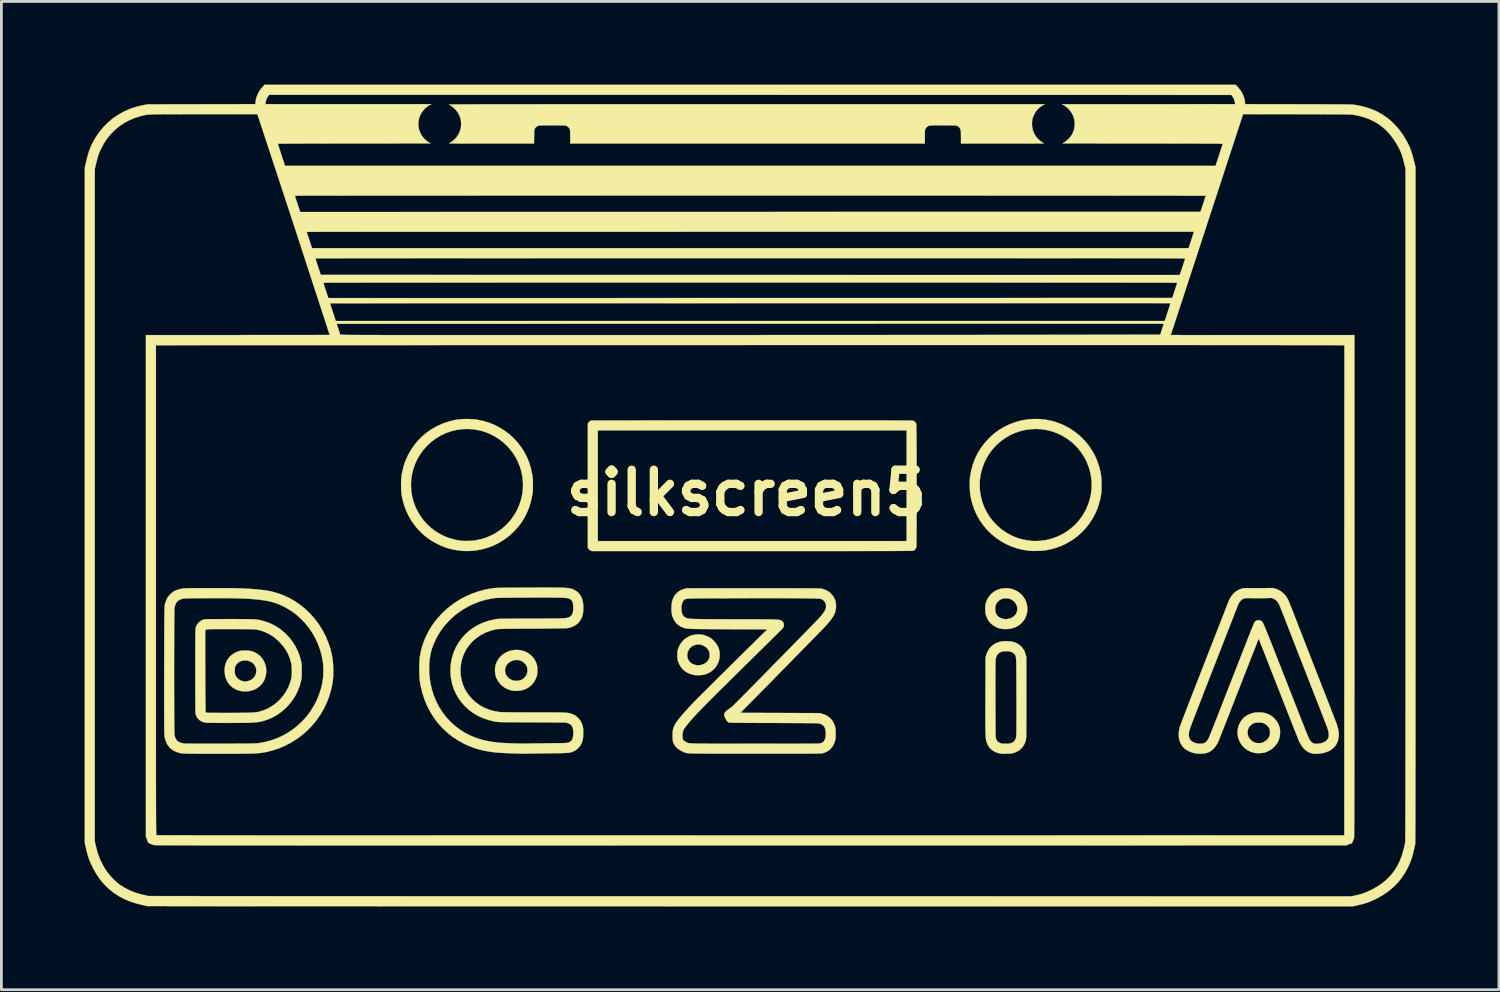
<source format=kicad_pcb>
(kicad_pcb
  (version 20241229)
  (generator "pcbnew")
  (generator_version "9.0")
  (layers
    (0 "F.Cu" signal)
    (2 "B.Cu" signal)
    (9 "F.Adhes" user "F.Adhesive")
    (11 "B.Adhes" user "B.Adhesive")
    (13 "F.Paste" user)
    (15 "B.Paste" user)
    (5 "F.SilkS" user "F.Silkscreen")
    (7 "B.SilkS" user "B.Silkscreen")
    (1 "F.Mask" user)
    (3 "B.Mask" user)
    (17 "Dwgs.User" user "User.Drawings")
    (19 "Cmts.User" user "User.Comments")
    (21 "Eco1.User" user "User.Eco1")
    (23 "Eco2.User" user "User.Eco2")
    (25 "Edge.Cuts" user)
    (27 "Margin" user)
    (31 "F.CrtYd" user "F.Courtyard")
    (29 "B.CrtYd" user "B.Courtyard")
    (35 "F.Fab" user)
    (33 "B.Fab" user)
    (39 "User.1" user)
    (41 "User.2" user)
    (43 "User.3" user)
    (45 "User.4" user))
  (footprint "silkscreen5"
    (layer "F.Cu")
    (at 23.849 14.711)
    (property "Reference" "silkscreen5" (at 0 0 0) (layer "F.SilkS") (effects (font (size 1.524 1.524) (thickness 0.3))))
    (attr through_hole)
    (fp_poly (pts (xy -8.22 5.659) (xy -8.106 5.676) (xy -7.995 5.71) (xy -7.889 5.762) (xy -7.791 5.83) (xy -7.74 5.876) (xy -7.663 5.966) (xy -7.603 6.067) (xy -7.563 6.167) (xy -7.551 6.207) (xy -7.543 6.243) (xy -7.538 6.281) (xy -7.535 6.328) (xy -7.534 6.389) (xy -7.534 6.39) (xy -7.534 6.452) (xy -7.536 6.5) (xy -7.541 6.539) (xy -7.549 6.575) (xy -7.558 6.607) (xy -7.606 6.727) (xy -7.669 6.833) (xy -7.748 6.925) (xy -7.84 7.001) (xy -7.946 7.062) (xy -8.065 7.105) (xy -8.123 7.119) (xy -8.205 7.131) (xy -8.296 7.135) (xy -8.385 7.131) (xy -8.46 7.12) (xy -8.583 7.083) (xy -8.695 7.029) (xy -8.797 6.958) (xy -8.874 6.884) (xy -8.95 6.787) (xy -9.007 6.683) (xy -9.044 6.572) (xy -9.061 6.451) (xy -9.063 6.396) (xy -9.061 6.365) (xy -8.701 6.365) (xy -8.701 6.416) (xy -8.686 6.502) (xy -8.652 6.579) (xy -8.601 6.646) (xy -8.533 6.702) (xy -8.451 6.745) (xy -8.422 6.756) (xy -8.352 6.77) (xy -8.274 6.772) (xy -8.195 6.763) (xy -8.129 6.745) (xy -8.059 6.708) (xy -7.996 6.655) (xy -7.946 6.591) (xy -7.924 6.552) (xy -7.908 6.513) (xy -7.899 6.479) (xy -7.895 6.44) (xy -7.894 6.395) (xy -7.895 6.344) (xy -7.9 6.307) (xy -7.909 6.273) (xy -7.921 6.245) (xy -7.968 6.168) (xy -8.03 6.106) (xy -8.105 6.059) (xy -8.193 6.029) (xy -8.219 6.024) (xy -8.31 6.019) (xy -8.4 6.033) (xy -8.485 6.066) (xy -8.562 6.115) (xy -8.606 6.157) (xy -8.657 6.223) (xy -8.688 6.291) (xy -8.701 6.365) (xy -9.061 6.365) (xy -9.057 6.291) (xy -9.038 6.196) (xy -9.005 6.106) (xy -8.993 6.081) (xy -8.931 5.977) (xy -8.854 5.887) (xy -8.766 5.811) (xy -8.668 5.75) (xy -8.562 5.704) (xy -8.45 5.673) (xy -8.336 5.658) (xy -8.22 5.659)) (stroke (width 0.01) (type solid)) (fill yes) (layer "F.SilkS"))
    (fp_poly (pts (xy 9.497 3.447) (xy 9.614 3.478) (xy 9.725 3.526) (xy 9.825 3.59) (xy 9.915 3.668) (xy 9.99 3.76) (xy 10.043 3.849) (xy 10.089 3.963) (xy 10.115 4.08) (xy 10.122 4.197) (xy 10.11 4.311) (xy 10.081 4.421) (xy 10.036 4.525) (xy 9.973 4.62) (xy 9.896 4.705) (xy 9.803 4.778) (xy 9.716 4.827) (xy 9.608 4.868) (xy 9.491 4.896) (xy 9.369 4.908) (xy 9.25 4.904) (xy 9.233 4.902) (xy 9.161 4.891) (xy 9.1 4.876) (xy 9.039 4.853) (xy 8.984 4.828) (xy 8.88 4.767) (xy 8.791 4.691) (xy 8.719 4.602) (xy 8.662 4.498) (xy 8.622 4.383) (xy 8.611 4.326) (xy 8.604 4.255) (xy 8.603 4.182) (xy 8.963 4.182) (xy 8.964 4.234) (xy 8.967 4.271) (xy 8.974 4.302) (xy 8.986 4.333) (xy 8.99 4.341) (xy 9.01 4.38) (xy 9.033 4.416) (xy 9.046 4.433) (xy 9.09 4.472) (xy 9.151 4.505) (xy 9.224 4.531) (xy 9.306 4.548) (xy 9.333 4.551) (xy 9.348 4.55) (xy 9.378 4.547) (xy 9.416 4.542) (xy 9.417 4.542) (xy 9.508 4.52) (xy 9.588 4.482) (xy 9.655 4.431) (xy 9.707 4.367) (xy 9.742 4.294) (xy 9.759 4.211) (xy 9.759 4.209) (xy 9.756 4.125) (xy 9.733 4.044) (xy 9.693 3.971) (xy 9.636 3.906) (xy 9.566 3.854) (xy 9.5 3.821) (xy 9.43 3.803) (xy 9.351 3.797) (xy 9.271 3.803) (xy 9.201 3.82) (xy 9.198 3.821) (xy 9.128 3.859) (xy 9.065 3.912) (xy 9.014 3.977) (xy 8.993 4.015) (xy 8.979 4.05) (xy 8.969 4.081) (xy 8.965 4.115) (xy 8.963 4.16) (xy 8.963 4.182) (xy 8.603 4.182) (xy 8.602 4.177) (xy 8.605 4.1) (xy 8.612 4.03) (xy 8.621 3.981) (xy 8.663 3.864) (xy 8.722 3.758) (xy 8.797 3.665) (xy 8.808 3.653) (xy 8.895 3.578) (xy 8.984 3.52) (xy 9.08 3.478) (xy 9.188 3.45) (xy 9.251 3.44) (xy 9.375 3.434) (xy 9.497 3.447)) (stroke (width 0.01) (type solid)) (fill yes) (layer "F.SilkS"))
    (fp_poly (pts (xy -17.974 5.682) (xy -17.899 5.69) (xy -17.833 5.703) (xy -17.768 5.725) (xy -17.699 5.757) (xy -17.676 5.768) (xy -17.6 5.817) (xy -17.525 5.881) (xy -17.458 5.956) (xy -17.404 6.035) (xy -17.387 6.067) (xy -17.338 6.189) (xy -17.31 6.312) (xy -17.303 6.437) (xy -17.318 6.564) (xy -17.342 6.66) (xy -17.385 6.764) (xy -17.446 6.859) (xy -17.523 6.945) (xy -17.613 7.018) (xy -17.714 7.077) (xy -17.823 7.119) (xy -17.846 7.126) (xy -17.919 7.14) (xy -18.001 7.149) (xy -18.083 7.153) (xy -18.157 7.15) (xy -18.184 7.146) (xy -18.308 7.117) (xy -18.422 7.071) (xy -18.523 7.008) (xy -18.61 6.93) (xy -18.684 6.837) (xy -18.742 6.73) (xy -18.783 6.612) (xy -18.783 6.609) (xy -18.797 6.532) (xy -18.804 6.443) (xy -18.804 6.406) (xy -18.439 6.406) (xy -18.438 6.46) (xy -18.436 6.499) (xy -18.432 6.528) (xy -18.424 6.553) (xy -18.413 6.58) (xy -18.409 6.587) (xy -18.363 6.658) (xy -18.301 6.716) (xy -18.228 6.76) (xy -18.145 6.786) (xy -18.145 6.786) (xy -18.098 6.794) (xy -18.058 6.795) (xy -18.015 6.791) (xy -17.983 6.786) (xy -17.896 6.76) (xy -17.821 6.719) (xy -17.759 6.664) (xy -17.711 6.598) (xy -17.679 6.524) (xy -17.664 6.444) (xy -17.666 6.36) (xy -17.688 6.276) (xy -17.703 6.241) (xy -17.747 6.174) (xy -17.806 6.119) (xy -17.878 6.076) (xy -17.959 6.048) (xy -18.023 6.038) (xy -18.12 6.04) (xy -18.208 6.059) (xy -18.286 6.095) (xy -18.351 6.148) (xy -18.403 6.217) (xy -18.41 6.231) (xy -18.423 6.256) (xy -18.431 6.279) (xy -18.436 6.305) (xy -18.438 6.341) (xy -18.439 6.391) (xy -18.439 6.406) (xy -18.804 6.406) (xy -18.803 6.35) (xy -18.795 6.263) (xy -18.783 6.2) (xy -18.743 6.087) (xy -18.686 5.985) (xy -18.613 5.894) (xy -18.523 5.818) (xy -18.419 5.755) (xy -18.302 5.707) (xy -18.296 5.705) (xy -18.26 5.695) (xy -18.226 5.688) (xy -18.188 5.683) (xy -18.142 5.681) (xy -18.082 5.68) (xy -18.063 5.68) (xy -17.974 5.682)) (stroke (width 0.01) (type solid)) (fill yes) (layer "F.SilkS"))
    (fp_poly (pts (xy -1.645 5.104) (xy -1.56 5.117) (xy -1.478 5.141) (xy -1.391 5.178) (xy -1.377 5.184) (xy -1.33 5.209) (xy -1.291 5.232) (xy -1.256 5.259) (xy -1.217 5.294) (xy -1.181 5.33) (xy -1.099 5.422) (xy -1.038 5.518) (xy -0.995 5.618) (xy -0.971 5.726) (xy -0.963 5.839) (xy -0.974 5.96) (xy -1.003 6.076) (xy -1.051 6.183) (xy -1.114 6.282) (xy -1.193 6.369) (xy -1.285 6.442) (xy -1.389 6.501) (xy -1.503 6.543) (xy -1.525 6.548) (xy -1.584 6.559) (xy -1.654 6.566) (xy -1.729 6.57) (xy -1.801 6.57) (xy -1.861 6.565) (xy -1.868 6.564) (xy -1.994 6.535) (xy -2.109 6.49) (xy -2.21 6.429) (xy -2.298 6.353) (xy -2.37 6.264) (xy -2.418 6.181) (xy -2.448 6.113) (xy -2.469 6.055) (xy -2.483 5.999) (xy -2.49 5.938) (xy -2.493 5.865) (xy -2.493 5.834) (xy -2.492 5.806) (xy -2.134 5.806) (xy -2.134 5.89) (xy -2.129 5.92) (xy -2.102 6.004) (xy -2.058 6.075) (xy -1.999 6.132) (xy -1.924 6.174) (xy -1.842 6.2) (xy -1.784 6.211) (xy -1.733 6.213) (xy -1.679 6.207) (xy -1.64 6.2) (xy -1.548 6.171) (xy -1.47 6.127) (xy -1.407 6.069) (xy -1.359 5.997) (xy -1.358 5.994) (xy -1.343 5.961) (xy -1.335 5.932) (xy -1.33 5.897) (xy -1.329 5.851) (xy -1.329 5.839) (xy -1.33 5.79) (xy -1.333 5.755) (xy -1.341 5.727) (xy -1.353 5.698) (xy -1.359 5.687) (xy -1.408 5.614) (xy -1.472 5.553) (xy -1.547 5.506) (xy -1.629 5.474) (xy -1.715 5.459) (xy -1.802 5.464) (xy -1.805 5.464) (xy -1.891 5.489) (xy -1.966 5.53) (xy -2.03 5.585) (xy -2.081 5.651) (xy -2.116 5.725) (xy -2.134 5.806) (xy -2.492 5.806) (xy -2.492 5.774) (xy -2.489 5.729) (xy -2.484 5.692) (xy -2.475 5.657) (xy -2.463 5.617) (xy -2.412 5.497) (xy -2.346 5.392) (xy -2.266 5.303) (xy -2.211 5.257) (xy -2.108 5.189) (xy -2.003 5.142) (xy -1.893 5.113) (xy -1.774 5.101) (xy -1.742 5.1) (xy -1.645 5.104)) (stroke (width 0.01) (type solid)) (fill yes) (layer "F.SilkS"))
    (fp_poly (pts (xy 18.497 7.911) (xy 18.559 7.914) (xy 18.607 7.918) (xy 18.647 7.924) (xy 18.683 7.933) (xy 18.724 7.946) (xy 18.732 7.948) (xy 18.82 7.983) (xy 18.895 8.023) (xy 18.963 8.073) (xy 19.027 8.132) (xy 19.104 8.222) (xy 19.164 8.325) (xy 19.207 8.436) (xy 19.212 8.454) (xy 19.221 8.51) (xy 19.227 8.579) (xy 19.227 8.653) (xy 19.224 8.725) (xy 19.215 8.788) (xy 19.212 8.801) (xy 19.175 8.916) (xy 19.12 9.022) (xy 19.047 9.118) (xy 18.959 9.203) (xy 18.858 9.274) (xy 18.745 9.329) (xy 18.703 9.345) (xy 18.66 9.358) (xy 18.62 9.367) (xy 18.576 9.372) (xy 18.521 9.376) (xy 18.486 9.377) (xy 18.397 9.377) (xy 18.327 9.372) (xy 18.29 9.366) (xy 18.167 9.327) (xy 18.054 9.271) (xy 17.954 9.199) (xy 17.868 9.112) (xy 17.797 9.011) (xy 17.771 8.963) (xy 17.724 8.845) (xy 17.698 8.725) (xy 17.693 8.611) (xy 18.056 8.611) (xy 18.059 8.697) (xy 18.083 8.778) (xy 18.126 8.852) (xy 18.16 8.892) (xy 18.23 8.951) (xy 18.304 8.991) (xy 18.385 9.013) (xy 18.477 9.018) (xy 18.481 9.017) (xy 18.539 9.013) (xy 18.586 9.002) (xy 18.627 8.986) (xy 18.689 8.949) (xy 18.749 8.899) (xy 18.802 8.84) (xy 18.831 8.796) (xy 18.846 8.768) (xy 18.855 8.744) (xy 18.86 8.716) (xy 18.862 8.679) (xy 18.862 8.634) (xy 18.861 8.583) (xy 18.859 8.547) (xy 18.853 8.519) (xy 18.843 8.494) (xy 18.834 8.474) (xy 18.794 8.417) (xy 18.74 8.363) (xy 18.678 8.319) (xy 18.637 8.299) (xy 18.604 8.288) (xy 18.571 8.28) (xy 18.532 8.276) (xy 18.481 8.275) (xy 18.46 8.275) (xy 18.379 8.278) (xy 18.313 8.289) (xy 18.258 8.309) (xy 18.208 8.34) (xy 18.158 8.384) (xy 18.156 8.386) (xy 18.123 8.421) (xy 18.1 8.453) (xy 18.084 8.489) (xy 18.073 8.523) (xy 18.056 8.611) (xy 17.693 8.611) (xy 17.693 8.605) (xy 17.708 8.484) (xy 17.745 8.364) (xy 17.771 8.306) (xy 17.833 8.202) (xy 17.907 8.114) (xy 17.996 8.041) (xy 18.099 7.984) (xy 18.218 7.94) (xy 18.263 7.928) (xy 18.307 7.919) (xy 18.348 7.913) (xy 18.392 7.91) (xy 18.445 7.91) (xy 18.497 7.911)) (stroke (width 0.01) (type solid)) (fill yes) (layer "F.SilkS"))
    (fp_poly (pts (xy 2.941 -2.613) (xy 3.256 -2.613) (xy 3.553 -2.613) (xy 3.831 -2.613) (xy 4.091 -2.613) (xy 4.333 -2.612) (xy 4.557 -2.612) (xy 4.764 -2.612) (xy 4.954 -2.611) (xy 5.126 -2.611) (xy 5.283 -2.611) (xy 5.422 -2.61) (xy 5.546 -2.609) (xy 5.655 -2.609) (xy 5.747 -2.608) (xy 5.825 -2.608) (xy 5.888 -2.607) (xy 5.936 -2.606) (xy 5.97 -2.605) (xy 5.99 -2.604) (xy 5.996 -2.604) (xy 6.044 -2.581) (xy 6.086 -2.543) (xy 6.114 -2.496) (xy 6.119 -2.482) (xy 6.12 -2.467) (xy 6.121 -2.432) (xy 6.122 -2.378) (xy 6.123 -2.306) (xy 6.124 -2.218) (xy 6.125 -2.115) (xy 6.126 -1.999) (xy 6.127 -1.869) (xy 6.128 -1.728) (xy 6.128 -1.577) (xy 6.129 -1.417) (xy 6.129 -1.249) (xy 6.13 -1.075) (xy 6.13 -0.895) (xy 6.13 -0.711) (xy 6.131 -0.524) (xy 6.131 -0.336) (xy 6.131 -0.147) (xy 6.131 0.042) (xy 6.131 0.228) (xy 6.13 0.411) (xy 6.13 0.59) (xy 6.13 0.763) (xy 6.129 0.93) (xy 6.129 1.088) (xy 6.128 1.237) (xy 6.127 1.376) (xy 6.127 1.503) (xy 6.126 1.617) (xy 6.125 1.717) (xy 6.124 1.801) (xy 6.123 1.869) (xy 6.122 1.919) (xy 6.12 1.951) (xy 6.119 1.961) (xy 6.097 2.009) (xy 6.062 2.052) (xy 6.021 2.08) (xy 6.017 2.082) (xy 6.012 2.083) (xy 6.002 2.084) (xy 5.985 2.085) (xy 5.963 2.086) (xy 5.934 2.087) (xy 5.897 2.088) (xy 5.852 2.088) (xy 5.8 2.089) (xy 5.738 2.09) (xy 5.667 2.09) (xy 5.587 2.091) (xy 5.496 2.092) (xy 5.395 2.092) (xy 5.282 2.093) (xy 5.158 2.093) (xy 5.022 2.093) (xy 4.872 2.094) (xy 4.71 2.094) (xy 4.534 2.094) (xy 4.344 2.095) (xy 4.139 2.095) (xy 3.919 2.095) (xy 3.684 2.095) (xy 3.432 2.096) (xy 3.164 2.096) (xy 2.879 2.096) (xy 2.576 2.096) (xy 2.255 2.096) (xy 1.916 2.096) (xy 1.557 2.096) (xy 1.179 2.096) (xy 0.781 2.096) (xy 0.363 2.096) (xy -5.575 2.096) (xy -5.622 2.073) (xy -5.656 2.05) (xy -5.686 2.023) (xy -5.693 2.013) (xy -5.717 1.977) (xy -5.717 -2.255) (xy -5.357 -2.255) (xy -5.357 1.736) (xy 5.77 1.736) (xy 5.77 -2.255) (xy -5.357 -2.255) (xy -5.717 -2.255) (xy -5.717 -2.496) (xy -5.694 -2.531) (xy -5.667 -2.561) (xy -5.636 -2.586) (xy -5.633 -2.588) (xy -5.596 -2.61) (xy 0.179 -2.613) (xy 0.635 -2.613) (xy 1.069 -2.613) (xy 1.484 -2.613) (xy 1.878 -2.613) (xy 2.252 -2.613) (xy 2.606 -2.613) (xy 2.941 -2.613)) (stroke (width 0.01) (type solid)) (fill yes) (layer "F.SilkS"))
    (fp_poly (pts (xy -10.015 -2.662) (xy -9.909 -2.658) (xy -9.811 -2.652) (xy -9.736 -2.643) (xy -9.515 -2.6) (xy -9.301 -2.538) (xy -9.096 -2.457) (xy -8.9 -2.357) (xy -8.714 -2.241) (xy -8.539 -2.108) (xy -8.378 -1.958) (xy -8.229 -1.794) (xy -8.096 -1.615) (xy -8.009 -1.478) (xy -7.911 -1.288) (xy -7.829 -1.086) (xy -7.765 -0.872) (xy -7.718 -0.646) (xy -7.707 -0.572) (xy -7.702 -0.518) (xy -7.698 -0.449) (xy -7.696 -0.369) (xy -7.695 -0.285) (xy -7.696 -0.2) (xy -7.698 -0.121) (xy -7.702 -0.052) (xy -7.707 0) (xy -7.749 0.231) (xy -7.809 0.452) (xy -7.888 0.662) (xy -7.984 0.861) (xy -8.099 1.05) (xy -8.232 1.227) (xy -8.383 1.393) (xy -8.387 1.397) (xy -8.553 1.549) (xy -8.731 1.683) (xy -8.92 1.799) (xy -9.118 1.897) (xy -9.325 1.975) (xy -9.54 2.035) (xy -9.762 2.074) (xy -9.862 2.086) (xy -9.931 2.09) (xy -10.008 2.093) (xy -10.087 2.094) (xy -10.161 2.094) (xy -10.223 2.091) (xy -10.238 2.089) (xy -10.413 2.069) (xy -10.572 2.041) (xy -10.719 2.006) (xy -10.861 1.961) (xy -11.002 1.905) (xy -11.101 1.859) (xy -11.301 1.752) (xy -11.486 1.63) (xy -11.655 1.494) (xy -11.811 1.342) (xy -11.953 1.173) (xy -12.054 1.032) (xy -12.168 0.842) (xy -12.264 0.642) (xy -12.341 0.432) (xy -12.4 0.211) (xy -12.427 0.069) (xy -12.435 -0.003) (xy -12.442 -0.091) (xy -12.445 -0.189) (xy -12.446 -0.27) (xy -12.09 -0.27) (xy -12.079 -0.074) (xy -12.048 0.123) (xy -11.997 0.317) (xy -11.926 0.508) (xy -11.885 0.598) (xy -11.786 0.776) (xy -11.672 0.942) (xy -11.542 1.095) (xy -11.397 1.234) (xy -11.241 1.358) (xy -11.072 1.465) (xy -10.894 1.557) (xy -10.706 1.63) (xy -10.511 1.685) (xy -10.31 1.721) (xy -10.269 1.726) (xy -10.203 1.73) (xy -10.123 1.732) (xy -10.036 1.731) (xy -9.946 1.727) (xy -9.861 1.721) (xy -9.788 1.714) (xy -9.762 1.71) (xy -9.557 1.666) (xy -9.361 1.603) (xy -9.174 1.521) (xy -8.996 1.422) (xy -8.83 1.306) (xy -8.677 1.173) (xy -8.536 1.024) (xy -8.468 0.939) (xy -8.352 0.77) (xy -8.255 0.594) (xy -8.177 0.411) (xy -8.118 0.224) (xy -8.078 0.033) (xy -8.056 -0.159) (xy -8.054 -0.353) (xy -8.069 -0.545) (xy -8.104 -0.736) (xy -8.156 -0.922) (xy -8.227 -1.104) (xy -8.316 -1.28) (xy -8.423 -1.448) (xy -8.548 -1.607) (xy -8.644 -1.71) (xy -8.796 -1.848) (xy -8.958 -1.967) (xy -9.128 -2.069) (xy -9.305 -2.152) (xy -9.488 -2.217) (xy -9.675 -2.264) (xy -9.866 -2.293) (xy -10.058 -2.304) (xy -10.25 -2.296) (xy -10.441 -2.27) (xy -10.629 -2.226) (xy -10.814 -2.162) (xy -10.993 -2.081) (xy -11.166 -1.98) (xy -11.33 -1.861) (xy -11.361 -1.836) (xy -11.512 -1.696) (xy -11.647 -1.545) (xy -11.764 -1.383) (xy -11.864 -1.212) (xy -11.946 -1.033) (xy -12.01 -0.849) (xy -12.055 -0.659) (xy -12.082 -0.466) (xy -12.09 -0.27) (xy -12.446 -0.27) (xy -12.447 -0.292) (xy -12.445 -0.394) (xy -12.441 -0.491) (xy -12.434 -0.577) (xy -12.426 -0.641) (xy -12.409 -0.734) (xy -12.386 -0.834) (xy -12.361 -0.935) (xy -12.334 -1.028) (xy -12.307 -1.109) (xy -12.3 -1.128) (xy -12.209 -1.335) (xy -12.101 -1.531) (xy -11.977 -1.713) (xy -11.839 -1.882) (xy -11.686 -2.037) (xy -11.519 -2.176) (xy -11.34 -2.3) (xy -11.149 -2.407) (xy -10.948 -2.498) (xy -10.737 -2.57) (xy -10.516 -2.624) (xy -10.408 -2.643) (xy -10.326 -2.652) (xy -10.23 -2.659) (xy -10.124 -2.662) (xy -10.015 -2.662)) (stroke (width 0.01) (type solid)) (fill yes) (layer "F.SilkS"))
    (fp_poly (pts (xy 10.535 -2.663) (xy 10.75 -2.643) (xy 10.963 -2.603) (xy 11.173 -2.544) (xy 11.378 -2.465) (xy 11.475 -2.419) (xy 11.671 -2.31) (xy 11.854 -2.186) (xy 12.024 -2.046) (xy 12.178 -1.892) (xy 12.318 -1.726) (xy 12.441 -1.547) (xy 12.548 -1.358) (xy 12.636 -1.159) (xy 12.706 -0.951) (xy 12.721 -0.895) (xy 12.745 -0.797) (xy 12.763 -0.711) (xy 12.777 -0.631) (xy 12.786 -0.551) (xy 12.792 -0.467) (xy 12.794 -0.371) (xy 12.795 -0.286) (xy 12.794 -0.176) (xy 12.791 -0.082) (xy 12.784 0.002) (xy 12.774 0.082) (xy 12.759 0.163) (xy 12.739 0.252) (xy 12.721 0.324) (xy 12.656 0.534) (xy 12.572 0.735) (xy 12.471 0.926) (xy 12.353 1.106) (xy 12.221 1.273) (xy 12.073 1.429) (xy 11.913 1.57) (xy 11.74 1.696) (xy 11.556 1.807) (xy 11.363 1.901) (xy 11.16 1.978) (xy 10.948 2.036) (xy 10.766 2.07) (xy 10.701 2.078) (xy 10.621 2.084) (xy 10.533 2.088) (xy 10.442 2.091) (xy 10.353 2.092) (xy 10.273 2.09) (xy 10.206 2.087) (xy 10.191 2.085) (xy 9.97 2.052) (xy 9.755 2) (xy 9.548 1.929) (xy 9.351 1.841) (xy 9.163 1.736) (xy 8.986 1.615) (xy 8.82 1.478) (xy 8.668 1.328) (xy 8.53 1.163) (xy 8.407 0.987) (xy 8.3 0.798) (xy 8.21 0.598) (xy 8.164 0.469) (xy 8.118 0.316) (xy 8.084 0.171) (xy 8.061 0.027) (xy 8.048 -0.122) (xy 8.044 -0.27) (xy 8.402 -0.27) (xy 8.413 -0.071) (xy 8.445 0.127) (xy 8.497 0.324) (xy 8.502 0.339) (xy 8.575 0.531) (xy 8.668 0.713) (xy 8.777 0.884) (xy 8.902 1.043) (xy 9.043 1.188) (xy 9.197 1.319) (xy 9.365 1.434) (xy 9.513 1.516) (xy 9.631 1.572) (xy 9.747 1.618) (xy 9.866 1.655) (xy 9.992 1.686) (xy 10.13 1.71) (xy 10.275 1.73) (xy 10.33 1.733) (xy 10.399 1.735) (xy 10.476 1.733) (xy 10.553 1.729) (xy 10.604 1.725) (xy 10.806 1.696) (xy 11.003 1.647) (xy 11.192 1.579) (xy 11.373 1.493) (xy 11.544 1.39) (xy 11.704 1.27) (xy 11.852 1.136) (xy 11.986 0.987) (xy 12.105 0.824) (xy 12.208 0.649) (xy 12.234 0.598) (xy 12.315 0.409) (xy 12.375 0.216) (xy 12.416 0.021) (xy 12.436 -0.176) (xy 12.438 -0.372) (xy 12.42 -0.567) (xy 12.383 -0.758) (xy 12.328 -0.946) (xy 12.255 -1.127) (xy 12.164 -1.302) (xy 12.055 -1.468) (xy 11.928 -1.625) (xy 11.785 -1.771) (xy 11.71 -1.836) (xy 11.547 -1.959) (xy 11.376 -2.063) (xy 11.198 -2.148) (xy 11.014 -2.215) (xy 10.827 -2.263) (xy 10.636 -2.293) (xy 10.444 -2.304) (xy 10.252 -2.297) (xy 10.061 -2.271) (xy 9.873 -2.228) (xy 9.689 -2.166) (xy 9.51 -2.086) (xy 9.339 -1.988) (xy 9.175 -1.871) (xy 9.021 -1.737) (xy 8.994 -1.71) (xy 8.857 -1.559) (xy 8.737 -1.396) (xy 8.635 -1.224) (xy 8.551 -1.044) (xy 8.485 -0.857) (xy 8.438 -0.665) (xy 8.41 -0.469) (xy 8.402 -0.27) (xy 8.044 -0.27) (xy 8.044 -0.284) (xy 8.044 -0.286) (xy 8.045 -0.356) (xy 8.047 -0.426) (xy 8.049 -0.49) (xy 8.053 -0.543) (xy 8.056 -0.572) (xy 8.097 -0.801) (xy 8.156 -1.019) (xy 8.233 -1.226) (xy 8.328 -1.422) (xy 8.44 -1.608) (xy 8.572 -1.784) (xy 8.708 -1.936) (xy 8.758 -1.986) (xy 8.81 -2.037) (xy 8.86 -2.083) (xy 8.903 -2.121) (xy 8.92 -2.136) (xy 9.099 -2.267) (xy 9.288 -2.38) (xy 9.484 -2.474) (xy 9.687 -2.55) (xy 9.895 -2.607) (xy 10.106 -2.644) (xy 10.32 -2.663) (xy 10.535 -2.663)) (stroke (width 0.01) (type solid)) (fill yes) (layer "F.SilkS"))
    (fp_poly (pts (xy 9.458 5.346) (xy 9.541 5.355) (xy 9.598 5.366) (xy 9.694 5.398) (xy 9.776 5.438) (xy 9.848 5.49) (xy 9.894 5.532) (xy 9.949 5.594) (xy 9.993 5.659) (xy 10.029 5.734) (xy 10.059 5.825) (xy 10.06 5.829) (xy 10.085 5.913) (xy 10.085 7.369) (xy 10.085 7.575) (xy 10.085 7.76) (xy 10.085 7.926) (xy 10.085 8.075) (xy 10.084 8.207) (xy 10.084 8.323) (xy 10.084 8.424) (xy 10.083 8.512) (xy 10.082 8.588) (xy 10.082 8.652) (xy 10.081 8.707) (xy 10.08 8.752) (xy 10.078 8.789) (xy 10.077 8.819) (xy 10.075 8.844) (xy 10.073 8.864) (xy 10.071 8.88) (xy 10.068 8.894) (xy 10.066 8.906) (xy 10.066 8.907) (xy 10.029 9.02) (xy 9.976 9.119) (xy 9.908 9.205) (xy 9.824 9.277) (xy 9.725 9.333) (xy 9.624 9.371) (xy 9.588 9.38) (xy 9.551 9.387) (xy 9.508 9.392) (xy 9.455 9.395) (xy 9.387 9.397) (xy 9.37 9.397) (xy 9.309 9.398) (xy 9.253 9.398) (xy 9.207 9.397) (xy 9.175 9.396) (xy 9.164 9.395) (xy 9.045 9.367) (xy 8.939 9.324) (xy 8.847 9.266) (xy 8.77 9.194) (xy 8.708 9.108) (xy 8.663 9.009) (xy 8.656 8.99) (xy 8.65 8.968) (xy 8.643 8.946) (xy 8.638 8.923) (xy 8.633 8.898) (xy 8.628 8.871) (xy 8.624 8.839) (xy 8.621 8.802) (xy 8.618 8.758) (xy 8.616 8.707) (xy 8.614 8.648) (xy 8.612 8.578) (xy 8.611 8.498) (xy 8.61 8.405) (xy 8.609 8.3) (xy 8.609 8.18) (xy 8.609 8.044) (xy 8.609 7.892) (xy 8.609 7.723) (xy 8.61 7.534) (xy 8.61 7.325) (xy 8.61 7.316) (xy 8.611 6.995) (xy 8.969 6.995) (xy 8.97 7.208) (xy 8.97 7.442) (xy 8.97 7.448) (xy 8.971 7.646) (xy 8.971 7.824) (xy 8.972 7.983) (xy 8.972 8.124) (xy 8.973 8.248) (xy 8.973 8.357) (xy 8.974 8.452) (xy 8.975 8.533) (xy 8.976 8.601) (xy 8.977 8.659) (xy 8.978 8.707) (xy 8.979 8.746) (xy 8.981 8.777) (xy 8.982 8.802) (xy 8.984 8.821) (xy 8.986 8.836) (xy 8.989 8.848) (xy 8.991 8.857) (xy 8.992 8.86) (xy 9.021 8.922) (xy 9.061 8.97) (xy 9.116 9.005) (xy 9.187 9.03) (xy 9.206 9.035) (xy 9.236 9.038) (xy 9.281 9.04) (xy 9.334 9.04) (xy 9.389 9.039) (xy 9.44 9.036) (xy 9.479 9.032) (xy 9.489 9.03) (xy 9.565 9.006) (xy 9.626 8.971) (xy 9.671 8.921) (xy 9.702 8.856) (xy 9.719 8.787) (xy 9.721 8.767) (xy 9.723 8.732) (xy 9.724 8.68) (xy 9.726 8.611) (xy 9.727 8.525) (xy 9.727 8.421) (xy 9.728 8.299) (xy 9.728 8.158) (xy 9.729 7.998) (xy 9.729 7.818) (xy 9.728 7.619) (xy 9.728 7.398) (xy 9.728 7.337) (xy 9.727 7.132) (xy 9.727 6.947) (xy 9.727 6.782) (xy 9.726 6.634) (xy 9.726 6.502) (xy 9.725 6.387) (xy 9.724 6.286) (xy 9.723 6.199) (xy 9.721 6.124) (xy 9.719 6.061) (xy 9.716 6.007) (xy 9.713 5.963) (xy 9.709 5.927) (xy 9.705 5.898) (xy 9.699 5.875) (xy 9.693 5.857) (xy 9.686 5.843) (xy 9.678 5.831) (xy 9.669 5.821) (xy 9.659 5.811) (xy 9.647 5.801) (xy 9.636 5.79) (xy 9.591 5.753) (xy 9.54 5.727) (xy 9.478 5.711) (xy 9.401 5.703) (xy 9.36 5.703) (xy 9.26 5.709) (xy 9.176 5.729) (xy 9.108 5.763) (xy 9.054 5.812) (xy 9.014 5.875) (xy 8.988 5.955) (xy 8.978 6.01) (xy 8.976 6.035) (xy 8.974 6.082) (xy 8.973 6.15) (xy 8.972 6.239) (xy 8.971 6.348) (xy 8.97 6.479) (xy 8.97 6.63) (xy 8.969 6.802) (xy 8.969 6.995) (xy 8.611 6.995) (xy 8.614 5.934) (xy 8.637 5.852) (xy 8.68 5.733) (xy 8.738 5.63) (xy 8.81 5.541) (xy 8.898 5.468) (xy 8.999 5.411) (xy 9.115 5.369) (xy 9.123 5.366) (xy 9.194 5.353) (xy 9.278 5.345) (xy 9.368 5.342) (xy 9.458 5.346)) (stroke (width 0.01) (type solid)) (fill yes) (layer "F.SilkS"))
    (fp_poly (pts (xy 10.678 -13.968) (xy 10.611 -13.925) (xy 10.538 -13.863) (xy 10.513 -13.838) (xy 10.468 -13.793) (xy 10.435 -13.754) (xy 10.409 -13.715) (xy 10.383 -13.669) (xy 10.372 -13.648) (xy 10.336 -13.567) (xy 10.311 -13.497) (xy 10.296 -13.427) (xy 10.288 -13.353) (xy 10.287 -13.293) (xy 10.297 -13.164) (xy 10.327 -13.042) (xy 10.375 -12.929) (xy 10.442 -12.825) (xy 10.526 -12.733) (xy 10.626 -12.653) (xy 10.659 -12.632) (xy 10.688 -12.613) (xy 10.708 -12.599) (xy 10.715 -12.593) (xy 10.704 -12.593) (xy 10.674 -12.592) (xy 10.625 -12.592) (xy 10.558 -12.591) (xy 10.475 -12.591) (xy 10.377 -12.59) (xy 10.264 -12.59) (xy 10.139 -12.59) (xy 10.002 -12.589) (xy 9.855 -12.589) (xy 9.698 -12.589) (xy 9.534 -12.589) (xy 9.363 -12.589) (xy 9.222 -12.589) (xy 7.729 -12.589) (xy 7.729 -12.812) (xy 7.728 -12.894) (xy 7.727 -12.965) (xy 7.724 -13.024) (xy 7.72 -13.066) (xy 7.717 -13.084) (xy 7.695 -13.133) (xy 7.658 -13.179) (xy 7.613 -13.215) (xy 7.574 -13.232) (xy 7.553 -13.235) (xy 7.513 -13.238) (xy 7.458 -13.24) (xy 7.39 -13.242) (xy 7.312 -13.244) (xy 7.226 -13.245) (xy 7.136 -13.246) (xy 7.045 -13.246) (xy 6.954 -13.246) (xy 6.867 -13.245) (xy 6.786 -13.244) (xy 6.715 -13.242) (xy 6.656 -13.24) (xy 6.612 -13.238) (xy 6.586 -13.235) (xy 6.583 -13.234) (xy 6.535 -13.212) (xy 6.49 -13.175) (xy 6.454 -13.13) (xy 6.447 -13.117) (xy 6.441 -13.102) (xy 6.436 -13.085) (xy 6.432 -13.064) (xy 6.429 -13.034) (xy 6.428 -12.993) (xy 6.427 -12.939) (xy 6.427 -12.867) (xy 6.427 -12.833) (xy 6.427 -12.589) (xy -6.353 -12.589) (xy -6.353 -12.833) (xy -6.353 -12.92) (xy -6.354 -12.989) (xy -6.356 -13.04) (xy -6.36 -13.077) (xy -6.364 -13.102) (xy -6.367 -13.111) (xy -6.39 -13.148) (xy -6.427 -13.185) (xy -6.469 -13.216) (xy -6.508 -13.234) (xy -6.529 -13.237) (xy -6.569 -13.239) (xy -6.624 -13.241) (xy -6.691 -13.243) (xy -6.769 -13.244) (xy -6.854 -13.245) (xy -6.943 -13.246) (xy -7.034 -13.246) (xy -7.124 -13.245) (xy -7.211 -13.244) (xy -7.291 -13.243) (xy -7.362 -13.242) (xy -7.421 -13.24) (xy -7.465 -13.237) (xy -7.492 -13.234) (xy -7.497 -13.233) (xy -7.557 -13.203) (xy -7.605 -13.157) (xy -7.626 -13.126) (xy -7.634 -13.11) (xy -7.639 -13.094) (xy -7.644 -13.074) (xy -7.647 -13.048) (xy -7.649 -13.012) (xy -7.651 -12.963) (xy -7.652 -12.898) (xy -7.653 -12.835) (xy -7.656 -12.589) (xy -9.187 -12.589) (xy -9.366 -12.589) (xy -9.538 -12.589) (xy -9.703 -12.589) (xy -9.86 -12.589) (xy -10.007 -12.589) (xy -10.144 -12.59) (xy -10.269 -12.59) (xy -10.381 -12.59) (xy -10.478 -12.591) (xy -10.561 -12.591) (xy -10.627 -12.592) (xy -10.675 -12.592) (xy -10.705 -12.593) (xy -10.714 -12.593) (xy -10.704 -12.6) (xy -10.68 -12.617) (xy -10.647 -12.639) (xy -10.629 -12.651) (xy -10.529 -12.729) (xy -10.447 -12.819) (xy -10.38 -12.918) (xy -10.331 -13.024) (xy -10.298 -13.136) (xy -10.282 -13.251) (xy -10.285 -13.367) (xy -10.304 -13.481) (xy -10.342 -13.593) (xy -10.398 -13.7) (xy -10.473 -13.799) (xy -10.491 -13.819) (xy -10.55 -13.876) (xy -10.613 -13.928) (xy -10.674 -13.969) (xy -10.718 -13.992) (xy -10.718 -13.993) (xy -10.712 -13.994) (xy -10.702 -13.994) (xy -10.687 -13.995) (xy -10.665 -13.996) (xy -10.638 -13.996) (xy -10.604 -13.997) (xy -10.563 -13.998) (xy -10.515 -13.998) (xy -10.459 -13.999) (xy -10.396 -13.999) (xy -10.324 -14) (xy -10.243 -14) (xy -10.154 -14.001) (xy -10.055 -14.001) (xy -9.946 -14.002) (xy -9.827 -14.002) (xy -9.697 -14.002) (xy -9.557 -14.003) (xy -9.406 -14.003) (xy -9.243 -14.003) (xy -9.068 -14.004) (xy -8.881 -14.004) (xy -8.681 -14.004) (xy -8.468 -14.005) (xy -8.242 -14.005) (xy -8.002 -14.005) (xy -7.748 -14.005) (xy -7.479 -14.005) (xy -7.196 -14.006) (xy -6.897 -14.006) (xy -6.583 -14.006) (xy -6.253 -14.006) (xy -5.907 -14.006) (xy -5.544 -14.006) (xy -5.164 -14.006) (xy -4.767 -14.006) (xy -4.352 -14.007) (xy -3.919 -14.007) (xy -3.468 -14.007) (xy -2.998 -14.007) (xy -2.508 -14.007) (xy -1.999 -14.007) (xy -1.471 -14.007) (xy -0.922 -14.007) (xy -0.352 -14.007) (xy 0 -14.007) (xy 10.752 -14.007) (xy 10.678 -13.968)) (stroke (width 0.01) (type solid)) (fill yes) (layer "F.SilkS"))
    (fp_poly (pts (xy -18.474 4.547) (xy -18.328 4.548) (xy -18.2 4.548) (xy -18.088 4.549) (xy -17.991 4.55) (xy -17.908 4.551) (xy -17.836 4.553) (xy -17.773 4.555) (xy -17.72 4.558) (xy -17.673 4.562) (xy -17.631 4.567) (xy -17.592 4.573) (xy -17.556 4.579) (xy -17.52 4.587) (xy -17.483 4.595) (xy -17.443 4.605) (xy -17.442 4.606) (xy -17.257 4.663) (xy -17.081 4.739) (xy -16.914 4.832) (xy -16.758 4.942) (xy -16.613 5.068) (xy -16.48 5.207) (xy -16.362 5.359) (xy -16.258 5.522) (xy -16.171 5.696) (xy -16.1 5.88) (xy -16.049 6.069) (xy -16.041 6.109) (xy -16.035 6.146) (xy -16.031 6.184) (xy -16.028 6.229) (xy -16.026 6.283) (xy -16.025 6.351) (xy -16.025 6.416) (xy -16.026 6.498) (xy -16.026 6.563) (xy -16.028 6.615) (xy -16.032 6.658) (xy -16.036 6.696) (xy -16.043 6.733) (xy -16.048 6.76) (xy -16.102 6.958) (xy -16.174 7.145) (xy -16.264 7.322) (xy -16.373 7.489) (xy -16.501 7.646) (xy -16.58 7.73) (xy -16.731 7.866) (xy -16.891 7.984) (xy -17.061 8.082) (xy -17.24 8.162) (xy -17.429 8.223) (xy -17.565 8.253) (xy -17.605 8.259) (xy -17.66 8.265) (xy -17.727 8.271) (xy -17.799 8.276) (xy -17.867 8.28) (xy -17.919 8.282) (xy -17.987 8.283) (xy -18.068 8.285) (xy -18.161 8.286) (xy -18.263 8.287) (xy -18.372 8.287) (xy -18.487 8.288) (xy -18.605 8.288) (xy -18.723 8.288) (xy -18.841 8.288) (xy -18.955 8.288) (xy -19.064 8.287) (xy -19.165 8.286) (xy -19.257 8.285) (xy -19.338 8.284) (xy -19.405 8.283) (xy -19.456 8.281) (xy -19.489 8.28) (xy -19.499 8.279) (xy -19.594 8.253) (xy -19.677 8.212) (xy -19.747 8.156) (xy -19.801 8.086) (xy -19.839 8.003) (xy -19.851 7.96) (xy -19.853 7.942) (xy -19.854 7.905) (xy -19.856 7.85) (xy -19.857 7.778) (xy -19.858 7.69) (xy -19.859 7.589) (xy -19.86 7.476) (xy -19.861 7.351) (xy -19.862 7.218) (xy -19.862 7.077) (xy -19.863 6.929) (xy -19.863 6.776) (xy -19.863 6.62) (xy -19.863 6.463) (xy -19.863 6.304) (xy -19.863 6.147) (xy -19.863 5.993) (xy -19.863 5.842) (xy -19.862 5.697) (xy -19.862 5.56) (xy -19.504 5.56) (xy -19.504 5.689) (xy -19.504 5.826) (xy -19.504 5.969) (xy -19.504 6.116) (xy -19.503 6.267) (xy -19.503 6.419) (xy -19.502 6.572) (xy -19.501 6.723) (xy -19.501 6.871) (xy -19.5 7.016) (xy -19.499 7.154) (xy -19.498 7.286) (xy -19.497 7.409) (xy -19.496 7.521) (xy -19.495 7.622) (xy -19.494 7.71) (xy -19.493 7.783) (xy -19.492 7.841) (xy -19.491 7.881) (xy -19.49 7.901) (xy -19.49 7.904) (xy -19.475 7.911) (xy -19.45 7.919) (xy -19.448 7.92) (xy -19.429 7.922) (xy -19.392 7.923) (xy -19.338 7.925) (xy -19.268 7.926) (xy -19.186 7.927) (xy -19.093 7.927) (xy -18.992 7.928) (xy -18.884 7.928) (xy -18.772 7.929) (xy -18.657 7.928) (xy -18.542 7.928) (xy -18.429 7.928) (xy -18.32 7.927) (xy -18.217 7.926) (xy -18.122 7.925) (xy -18.037 7.924) (xy -17.964 7.922) (xy -17.906 7.92) (xy -17.888 7.92) (xy -17.803 7.916) (xy -17.735 7.911) (xy -17.679 7.906) (xy -17.631 7.899) (xy -17.587 7.89) (xy -17.558 7.884) (xy -17.391 7.831) (xy -17.231 7.761) (xy -17.081 7.672) (xy -16.942 7.568) (xy -16.814 7.449) (xy -16.7 7.316) (xy -16.6 7.172) (xy -16.516 7.016) (xy -16.449 6.851) (xy -16.404 6.697) (xy -16.395 6.639) (xy -16.388 6.566) (xy -16.384 6.483) (xy -16.383 6.396) (xy -16.385 6.31) (xy -16.391 6.231) (xy -16.399 6.164) (xy -16.404 6.136) (xy -16.453 5.965) (xy -16.518 5.806) (xy -16.6 5.658) (xy -16.7 5.517) (xy -16.82 5.382) (xy -16.839 5.362) (xy -16.965 5.247) (xy -17.093 5.15) (xy -17.228 5.071) (xy -17.371 5.007) (xy -17.442 4.981) (xy -17.48 4.969) (xy -17.514 4.958) (xy -17.547 4.948) (xy -17.58 4.94) (xy -17.615 4.933) (xy -17.653 4.927) (xy -17.695 4.922) (xy -17.744 4.918) (xy -17.801 4.915) (xy -17.867 4.913) (xy -17.945 4.911) (xy -18.035 4.91) (xy -18.14 4.909) (xy -18.26 4.908) (xy -18.398 4.908) (xy -18.556 4.908) (xy -18.61 4.908) (xy -18.767 4.908) (xy -18.904 4.908) (xy -19.023 4.908) (xy -19.124 4.908) (xy -19.21 4.908) (xy -19.281 4.909) (xy -19.339 4.911) (xy -19.386 4.913) (xy -19.422 4.916) (xy -19.449 4.92) (xy -19.468 4.924) (xy -19.482 4.93) (xy -19.49 4.937) (xy -19.495 4.945) (xy -19.497 4.955) (xy -19.499 4.966) (xy -19.501 4.977) (xy -19.502 4.993) (xy -19.502 5.027) (xy -19.503 5.08) (xy -19.504 5.149) (xy -19.504 5.233) (xy -19.504 5.33) (xy -19.504 5.44) (xy -19.504 5.56) (xy -19.862 5.56) (xy -19.862 5.559) (xy -19.861 5.429) (xy -19.86 5.31) (xy -19.86 5.202) (xy -19.859 5.107) (xy -19.857 5.026) (xy -19.856 4.961) (xy -19.855 4.913) (xy -19.853 4.885) (xy -19.853 4.878) (xy -19.822 4.788) (xy -19.774 4.71) (xy -19.71 4.645) (xy -19.631 4.594) (xy -19.566 4.567) (xy -19.555 4.564) (xy -19.542 4.561) (xy -19.527 4.558) (xy -19.507 4.556) (xy -19.481 4.554) (xy -19.449 4.552) (xy -19.408 4.551) (xy -19.356 4.55) (xy -19.294 4.549) (xy -19.218 4.548) (xy -19.129 4.548) (xy -19.023 4.548) (xy -18.9 4.548) (xy -18.759 4.547) (xy -18.64 4.547) (xy -18.474 4.547)) (stroke (width 0.01) (type solid)) (fill yes) (layer "F.SilkS"))
    (fp_poly (pts (xy -19.205 3.431) (xy -19.07 3.431) (xy -18.936 3.431) (xy -18.807 3.432) (xy -18.683 3.433) (xy -18.567 3.434) (xy -18.46 3.435) (xy -18.366 3.437) (xy -18.284 3.439) (xy -18.218 3.441) (xy -18.206 3.441) (xy -18.018 3.45) (xy -17.838 3.462) (xy -17.668 3.475) (xy -17.51 3.491) (xy -17.367 3.509) (xy -17.24 3.528) (xy -17.132 3.549) (xy -17.12 3.552) (xy -16.894 3.614) (xy -16.674 3.695) (xy -16.462 3.795) (xy -16.259 3.912) (xy -16.066 4.046) (xy -15.884 4.196) (xy -15.714 4.361) (xy -15.557 4.54) (xy -15.413 4.732) (xy -15.284 4.936) (xy -15.171 5.152) (xy -15.075 5.379) (xy -15.041 5.474) (xy -14.986 5.649) (xy -14.944 5.819) (xy -14.915 5.99) (xy -14.897 6.168) (xy -14.889 6.328) (xy -14.888 6.489) (xy -14.894 6.636) (xy -14.907 6.775) (xy -14.929 6.913) (xy -14.959 7.056) (xy -14.971 7.104) (xy -15.042 7.343) (xy -15.131 7.572) (xy -15.238 7.793) (xy -15.362 8.002) (xy -15.502 8.201) (xy -15.656 8.387) (xy -15.825 8.561) (xy -16.006 8.72) (xy -16.2 8.865) (xy -16.404 8.994) (xy -16.619 9.107) (xy -16.843 9.203) (xy -17.075 9.28) (xy -17.314 9.339) (xy -17.464 9.365) (xy -17.513 9.371) (xy -17.576 9.377) (xy -17.649 9.383) (xy -17.727 9.388) (xy -17.803 9.392) (xy -17.803 9.392) (xy -17.847 9.393) (xy -17.909 9.394) (xy -17.988 9.395) (xy -18.082 9.396) (xy -18.188 9.397) (xy -18.306 9.398) (xy -18.433 9.399) (xy -18.568 9.399) (xy -18.709 9.399) (xy -18.853 9.4) (xy -19 9.4) (xy -19.147 9.4) (xy -19.292 9.4) (xy -19.434 9.399) (xy -19.571 9.399) (xy -19.7 9.398) (xy -19.821 9.398) (xy -19.931 9.397) (xy -20.029 9.396) (xy -20.113 9.395) (xy -20.18 9.393) (xy -20.229 9.392) (xy -20.254 9.391) (xy -20.314 9.387) (xy -20.359 9.383) (xy -20.397 9.377) (xy -20.434 9.369) (xy -20.476 9.356) (xy -20.521 9.342) (xy -20.628 9.297) (xy -20.721 9.236) (xy -20.802 9.159) (xy -20.868 9.067) (xy -20.919 8.961) (xy -20.956 8.84) (xy -20.974 8.735) (xy -20.975 8.716) (xy -20.977 8.686) (xy -20.978 8.643) (xy -20.979 8.587) (xy -20.98 8.518) (xy -20.981 8.435) (xy -20.982 8.337) (xy -20.982 8.224) (xy -20.983 8.095) (xy -20.983 7.949) (xy -20.983 7.786) (xy -20.983 7.606) (xy -20.983 7.408) (xy -20.983 7.191) (xy -20.983 6.955) (xy -20.983 6.698) (xy -20.982 6.422) (xy -20.982 6.372) (xy -20.626 6.372) (xy -20.626 6.566) (xy -20.626 6.758) (xy -20.625 6.949) (xy -20.625 7.136) (xy -20.625 7.319) (xy -20.624 7.496) (xy -20.623 7.666) (xy -20.623 7.828) (xy -20.622 7.981) (xy -20.621 8.122) (xy -20.62 8.252) (xy -20.619 8.369) (xy -20.617 8.472) (xy -20.616 8.559) (xy -20.614 8.629) (xy -20.613 8.681) (xy -20.611 8.715) (xy -20.61 8.725) (xy -20.588 8.811) (xy -20.556 8.881) (xy -20.511 8.937) (xy -20.452 8.978) (xy -20.378 9.008) (xy -20.287 9.026) (xy -20.233 9.031) (xy -20.208 9.033) (xy -20.163 9.034) (xy -20.1 9.034) (xy -20.02 9.035) (xy -19.925 9.036) (xy -19.816 9.036) (xy -19.695 9.037) (xy -19.564 9.037) (xy -19.423 9.037) (xy -19.274 9.037) (xy -19.119 9.037) (xy -18.96 9.037) (xy -18.915 9.037) (xy -18.725 9.036) (xy -18.554 9.036) (xy -18.402 9.035) (xy -18.268 9.035) (xy -18.15 9.034) (xy -18.047 9.033) (xy -17.957 9.032) (xy -17.881 9.031) (xy -17.815 9.03) (xy -17.759 9.028) (xy -17.713 9.027) (xy -17.673 9.025) (xy -17.64 9.023) (xy -17.613 9.021) (xy -17.589 9.018) (xy -17.579 9.017) (xy -17.346 8.976) (xy -17.118 8.914) (xy -16.897 8.833) (xy -16.683 8.732) (xy -16.478 8.613) (xy -16.283 8.475) (xy -16.252 8.451) (xy -16.188 8.397) (xy -16.116 8.331) (xy -16.04 8.259) (xy -15.967 8.184) (xy -15.9 8.113) (xy -15.845 8.049) (xy -15.839 8.043) (xy -15.708 7.865) (xy -15.591 7.675) (xy -15.488 7.475) (xy -15.402 7.269) (xy -15.334 7.059) (xy -15.284 6.847) (xy -15.258 6.668) (xy -15.251 6.586) (xy -15.248 6.49) (xy -15.247 6.388) (xy -15.249 6.285) (xy -15.254 6.19) (xy -15.262 6.108) (xy -15.263 6.102) (xy -15.302 5.877) (xy -15.362 5.658) (xy -15.439 5.444) (xy -15.534 5.239) (xy -15.646 5.042) (xy -15.773 4.856) (xy -15.915 4.682) (xy -16.071 4.52) (xy -16.239 4.373) (xy -16.42 4.242) (xy -16.611 4.128) (xy -16.692 4.086) (xy -16.832 4.023) (xy -16.968 3.97) (xy -17.107 3.928) (xy -17.254 3.894) (xy -17.412 3.867) (xy -17.507 3.855) (xy -17.606 3.844) (xy -17.705 3.834) (xy -17.806 3.825) (xy -17.91 3.817) (xy -18.018 3.811) (xy -18.133 3.806) (xy -18.256 3.801) (xy -18.389 3.798) (xy -18.533 3.795) (xy -18.691 3.793) (xy -18.864 3.792) (xy -19.053 3.792) (xy -19.261 3.792) (xy -19.407 3.793) (xy -19.564 3.794) (xy -19.7 3.794) (xy -19.819 3.795) (xy -19.92 3.796) (xy -20.006 3.797) (xy -20.079 3.798) (xy -20.139 3.799) (xy -20.187 3.801) (xy -20.227 3.803) (xy -20.258 3.805) (xy -20.282 3.807) (xy -20.302 3.81) (xy -20.317 3.813) (xy -20.326 3.815) (xy -20.41 3.844) (xy -20.477 3.882) (xy -20.529 3.932) (xy -20.568 3.996) (xy -20.596 4.076) (xy -20.61 4.138) (xy -20.611 4.158) (xy -20.613 4.199) (xy -20.615 4.258) (xy -20.616 4.335) (xy -20.618 4.429) (xy -20.619 4.537) (xy -20.62 4.659) (xy -20.621 4.794) (xy -20.622 4.94) (xy -20.623 5.096) (xy -20.624 5.262) (xy -20.624 5.434) (xy -20.625 5.614) (xy -20.625 5.799) (xy -20.625 5.987) (xy -20.626 6.179) (xy -20.626 6.372) (xy -20.982 6.372) (xy -20.982 6.369) (xy -20.982 6.109) (xy -20.981 5.87) (xy -20.981 5.65) (xy -20.981 5.449) (xy -20.98 5.265) (xy -20.98 5.099) (xy -20.979 4.949) (xy -20.979 4.813) (xy -20.978 4.693) (xy -20.977 4.585) (xy -20.977 4.491) (xy -20.976 4.408) (xy -20.975 4.336) (xy -20.974 4.274) (xy -20.973 4.222) (xy -20.972 4.178) (xy -20.971 4.141) (xy -20.97 4.111) (xy -20.968 4.087) (xy -20.967 4.069) (xy -20.965 4.054) (xy -20.963 4.042) (xy -20.961 4.034) (xy -20.929 3.924) (xy -20.893 3.833) (xy -20.867 3.782) (xy -20.832 3.73) (xy -20.784 3.675) (xy -20.729 3.621) (xy -20.673 3.575) (xy -20.622 3.541) (xy -20.619 3.54) (xy -20.544 3.506) (xy -20.455 3.477) (xy -20.358 3.455) (xy -20.272 3.442) (xy -20.242 3.44) (xy -20.194 3.438) (xy -20.127 3.436) (xy -20.046 3.435) (xy -19.951 3.434) (xy -19.844 3.433) (xy -19.728 3.432) (xy -19.604 3.431) (xy -19.474 3.431) (xy -19.341 3.431) (xy -19.205 3.431)) (stroke (width 0.01) (type solid)) (fill yes) (layer "F.SilkS"))
    (fp_poly (pts (xy -7.156 3.411) (xy -7.022 3.411) (xy -6.902 3.412) (xy -6.797 3.413) (xy -6.705 3.415) (xy -6.625 3.418) (xy -6.555 3.421) (xy -6.495 3.425) (xy -6.443 3.43) (xy -6.398 3.435) (xy -6.36 3.442) (xy -6.326 3.45) (xy -6.296 3.458) (xy -6.268 3.468) (xy -6.242 3.479) (xy -6.216 3.491) (xy -6.208 3.495) (xy -6.115 3.551) (xy -6.037 3.622) (xy -5.975 3.707) (xy -5.928 3.807) (xy -5.897 3.922) (xy -5.881 4.051) (xy -5.879 4.187) (xy -5.887 4.293) (xy -5.902 4.383) (xy -5.925 4.464) (xy -5.954 4.532) (xy -6.01 4.624) (xy -6.082 4.705) (xy -6.17 4.771) (xy -6.271 4.823) (xy -6.386 4.86) (xy -6.437 4.871) (xy -6.458 4.873) (xy -6.497 4.875) (xy -6.552 4.877) (xy -6.626 4.879) (xy -6.717 4.881) (xy -6.828 4.883) (xy -6.957 4.884) (xy -7.106 4.886) (xy -7.275 4.888) (xy -7.464 4.889) (xy -7.674 4.891) (xy -7.729 4.891) (xy -7.916 4.892) (xy -8.083 4.893) (xy -8.231 4.894) (xy -8.362 4.895) (xy -8.476 4.896) (xy -8.576 4.897) (xy -8.662 4.898) (xy -8.735 4.9) (xy -8.797 4.901) (xy -8.849 4.902) (xy -8.892 4.904) (xy -8.927 4.905) (xy -8.957 4.907) (xy -8.981 4.909) (xy -9.001 4.912) (xy -9.019 4.915) (xy -9.035 4.918) (xy -9.052 4.921) (xy -9.058 4.922) (xy -9.243 4.973) (xy -9.415 5.039) (xy -9.574 5.121) (xy -9.721 5.22) (xy -9.856 5.336) (xy -9.879 5.358) (xy -9.995 5.489) (xy -10.094 5.63) (xy -10.174 5.782) (xy -10.236 5.945) (xy -10.279 6.118) (xy -10.302 6.277) (xy -10.307 6.431) (xy -10.295 6.588) (xy -10.266 6.746) (xy -10.221 6.898) (xy -10.162 7.042) (xy -10.11 7.138) (xy -10.008 7.289) (xy -9.891 7.424) (xy -9.76 7.544) (xy -9.617 7.648) (xy -9.46 7.735) (xy -9.292 7.805) (xy -9.113 7.858) (xy -8.923 7.893) (xy -8.878 7.898) (xy -8.851 7.9) (xy -8.805 7.902) (xy -8.739 7.903) (xy -8.656 7.904) (xy -8.555 7.906) (xy -8.438 7.907) (xy -8.307 7.907) (xy -8.161 7.908) (xy -8.003 7.909) (xy -7.833 7.909) (xy -7.681 7.909) (xy -7.495 7.909) (xy -7.329 7.909) (xy -7.182 7.909) (xy -7.052 7.91) (xy -6.937 7.911) (xy -6.838 7.911) (xy -6.752 7.913) (xy -6.678 7.914) (xy -6.615 7.916) (xy -6.561 7.918) (xy -6.516 7.921) (xy -6.477 7.924) (xy -6.444 7.928) (xy -6.416 7.932) (xy -6.39 7.936) (xy -6.366 7.942) (xy -6.349 7.946) (xy -6.246 7.983) (xy -6.151 8.036) (xy -6.069 8.104) (xy -6.001 8.183) (xy -5.961 8.252) (xy -5.933 8.312) (xy -5.912 8.366) (xy -5.898 8.418) (xy -5.889 8.475) (xy -5.884 8.54) (xy -5.882 8.62) (xy -5.882 8.65) (xy -5.884 8.741) (xy -5.888 8.816) (xy -5.897 8.88) (xy -5.911 8.937) (xy -5.931 8.993) (xy -5.958 9.052) (xy -5.959 9.053) (xy -6.014 9.141) (xy -6.085 9.218) (xy -6.169 9.279) (xy -6.204 9.298) (xy -6.235 9.313) (xy -6.263 9.325) (xy -6.289 9.336) (xy -6.316 9.345) (xy -6.345 9.353) (xy -6.378 9.359) (xy -6.417 9.364) (xy -6.465 9.368) (xy -6.521 9.372) (xy -6.589 9.374) (xy -6.67 9.376) (xy -6.767 9.378) (xy -6.88 9.38) (xy -7.012 9.382) (xy -7.067 9.383) (xy -7.187 9.384) (xy -7.304 9.386) (xy -7.417 9.387) (xy -7.522 9.389) (xy -7.617 9.39) (xy -7.7 9.392) (xy -7.769 9.393) (xy -7.821 9.394) (xy -7.851 9.395) (xy -7.919 9.396) (xy -7.995 9.396) (xy -8.069 9.396) (xy -8.116 9.395) (xy -8.232 9.392) (xy -8.353 9.388) (xy -8.473 9.384) (xy -8.59 9.379) (xy -8.701 9.374) (xy -8.803 9.369) (xy -8.893 9.364) (xy -8.968 9.358) (xy -9.024 9.354) (xy -9.243 9.327) (xy -9.446 9.291) (xy -9.638 9.245) (xy -9.82 9.189) (xy -9.998 9.12) (xy -10.17 9.042) (xy -10.386 8.924) (xy -10.59 8.79) (xy -10.779 8.64) (xy -10.954 8.475) (xy -11.115 8.297) (xy -11.26 8.105) (xy -11.389 7.9) (xy -11.502 7.684) (xy -11.598 7.457) (xy -11.676 7.219) (xy -11.737 6.971) (xy -11.765 6.816) (xy -11.774 6.744) (xy -11.781 6.657) (xy -11.786 6.558) (xy -11.789 6.452) (xy -11.79 6.395) (xy -11.435 6.395) (xy -11.429 6.544) (xy -11.425 6.592) (xy -11.393 6.833) (xy -11.341 7.067) (xy -11.272 7.291) (xy -11.184 7.506) (xy -11.079 7.71) (xy -10.957 7.903) (xy -10.818 8.084) (xy -10.663 8.252) (xy -10.645 8.269) (xy -10.474 8.42) (xy -10.293 8.553) (xy -10.1 8.67) (xy -9.896 8.769) (xy -9.68 8.851) (xy -9.451 8.917) (xy -9.21 8.965) (xy -8.956 8.998) (xy -8.947 8.999) (xy -8.892 9.003) (xy -8.821 9.008) (xy -8.738 9.012) (xy -8.646 9.017) (xy -8.548 9.021) (xy -8.448 9.025) (xy -8.347 9.028) (xy -8.249 9.031) (xy -8.158 9.033) (xy -8.075 9.035) (xy -8.005 9.035) (xy -7.95 9.035) (xy -7.914 9.034) (xy -7.893 9.033) (xy -7.852 9.032) (xy -7.794 9.031) (xy -7.721 9.03) (xy -7.634 9.028) (xy -7.537 9.027) (xy -7.429 9.026) (xy -7.315 9.024) (xy -7.195 9.023) (xy -7.157 9.023) (xy -7.019 9.021) (xy -6.901 9.02) (xy -6.8 9.018) (xy -6.715 9.017) (xy -6.645 9.016) (xy -6.589 9.015) (xy -6.543 9.013) (xy -6.507 9.011) (xy -6.479 9.009) (xy -6.458 9.006) (xy -6.441 9.003) (xy -6.427 9) (xy -6.415 8.995) (xy -6.404 8.991) (xy -6.35 8.963) (xy -6.308 8.927) (xy -6.277 8.88) (xy -6.257 8.82) (xy -6.245 8.745) (xy -6.241 8.652) (xy -6.241 8.65) (xy -6.245 8.556) (xy -6.257 8.48) (xy -6.279 8.42) (xy -6.311 8.372) (xy -6.355 8.335) (xy -6.413 8.307) (xy -6.434 8.299) (xy -6.506 8.275) (xy -7.729 8.268) (xy -7.916 8.267) (xy -8.083 8.266) (xy -8.232 8.266) (xy -8.363 8.265) (xy -8.478 8.264) (xy -8.578 8.263) (xy -8.664 8.262) (xy -8.738 8.261) (xy -8.8 8.26) (xy -8.853 8.258) (xy -8.897 8.257) (xy -8.934 8.255) (xy -8.964 8.253) (xy -8.99 8.251) (xy -9.011 8.249) (xy -9.031 8.246) (xy -9.049 8.243) (xy -9.067 8.24) (xy -9.068 8.239) (xy -9.278 8.189) (xy -9.476 8.123) (xy -9.661 8.04) (xy -9.833 7.941) (xy -9.992 7.826) (xy -10.136 7.696) (xy -10.267 7.551) (xy -10.375 7.401) (xy -10.471 7.234) (xy -10.549 7.06) (xy -10.607 6.878) (xy -10.646 6.692) (xy -10.666 6.504) (xy -10.667 6.313) (xy -10.648 6.124) (xy -10.61 5.936) (xy -10.552 5.751) (xy -10.476 5.574) (xy -10.38 5.405) (xy -10.267 5.248) (xy -10.138 5.103) (xy -9.994 4.972) (xy -9.836 4.856) (xy -9.665 4.756) (xy -9.631 4.739) (xy -9.445 4.659) (xy -9.25 4.597) (xy -9.048 4.554) (xy -8.968 4.543) (xy -8.94 4.541) (xy -8.892 4.539) (xy -8.825 4.537) (xy -8.738 4.535) (xy -8.633 4.534) (xy -8.511 4.533) (xy -8.373 4.532) (xy -8.219 4.531) (xy -8.05 4.531) (xy -7.904 4.531) (xy -7.756 4.531) (xy -7.61 4.53) (xy -7.467 4.53) (xy -7.331 4.529) (xy -7.201 4.528) (xy -7.082 4.527) (xy -6.974 4.526) (xy -6.879 4.525) (xy -6.8 4.524) (xy -6.739 4.523) (xy -6.702 4.521) (xy -6.612 4.518) (xy -6.54 4.513) (xy -6.484 4.507) (xy -6.439 4.498) (xy -6.404 4.487) (xy -6.375 4.472) (xy -6.349 4.452) (xy -6.326 4.431) (xy -6.293 4.394) (xy -6.27 4.353) (xy -6.255 4.305) (xy -6.245 4.245) (xy -6.242 4.17) (xy -6.241 4.14) (xy -6.245 4.049) (xy -6.255 3.976) (xy -6.273 3.918) (xy -6.3 3.873) (xy -6.338 3.838) (xy -6.386 3.812) (xy -6.403 3.805) (xy -6.423 3.799) (xy -6.447 3.794) (xy -6.476 3.789) (xy -6.511 3.785) (xy -6.554 3.782) (xy -6.605 3.779) (xy -6.665 3.776) (xy -6.737 3.774) (xy -6.82 3.773) (xy -6.916 3.772) (xy -7.026 3.771) (xy -7.152 3.771) (xy -7.294 3.771) (xy -7.453 3.771) (xy -7.631 3.771) (xy -7.83 3.772) (xy -7.867 3.772) (xy -8.049 3.773) (xy -8.212 3.774) (xy -8.356 3.775) (xy -8.483 3.775) (xy -8.594 3.776) (xy -8.69 3.777) (xy -8.773 3.778) (xy -8.844 3.78) (xy -8.904 3.781) (xy -8.954 3.783) (xy -8.997 3.784) (xy -9.032 3.786) (xy -9.062 3.788) (xy -9.087 3.791) (xy -9.11 3.794) (xy -9.116 3.795) (xy -9.358 3.841) (xy -9.592 3.906) (xy -9.819 3.992) (xy -10.037 4.096) (xy -10.247 4.221) (xy -10.448 4.364) (xy -10.482 4.39) (xy -10.541 4.44) (xy -10.609 4.502) (xy -10.68 4.571) (xy -10.751 4.643) (xy -10.817 4.713) (xy -10.873 4.776) (xy -10.899 4.807) (xy -11.036 4.995) (xy -11.154 5.192) (xy -11.253 5.397) (xy -11.333 5.608) (xy -11.355 5.68) (xy -11.385 5.803) (xy -11.408 5.94) (xy -11.425 6.088) (xy -11.434 6.241) (xy -11.435 6.395) (xy -11.79 6.395) (xy -11.791 6.343) (xy -11.79 6.235) (xy -11.788 6.132) (xy -11.784 6.038) (xy -11.778 5.957) (xy -11.771 5.902) (xy -11.722 5.662) (xy -11.654 5.43) (xy -11.566 5.206) (xy -11.459 4.991) (xy -11.333 4.784) (xy -11.188 4.586) (xy -11.023 4.397) (xy -10.958 4.33) (xy -10.768 4.155) (xy -10.566 3.997) (xy -10.353 3.857) (xy -10.13 3.735) (xy -9.897 3.631) (xy -9.656 3.547) (xy -9.406 3.482) (xy -9.149 3.436) (xy -9.133 3.434) (xy -9.109 3.431) (xy -9.082 3.429) (xy -9.05 3.427) (xy -9.012 3.425) (xy -8.966 3.423) (xy -8.911 3.421) (xy -8.847 3.42) (xy -8.771 3.419) (xy -8.682 3.417) (xy -8.58 3.416) (xy -8.462 3.415) (xy -8.328 3.415) (xy -8.176 3.414) (xy -8.005 3.413) (xy -7.872 3.412) (xy -7.664 3.412) (xy -7.477 3.411) (xy -7.308 3.411) (xy -7.156 3.411)) (stroke (width 0.01) (type solid)) (fill yes) (layer "F.SilkS"))
    (fp_poly (pts (xy 18.938 3.429) (xy 18.974 3.432) (xy 19.004 3.436) (xy 19.031 3.442) (xy 19.037 3.444) (xy 19.152 3.486) (xy 19.258 3.546) (xy 19.352 3.624) (xy 19.436 3.719) (xy 19.507 3.831) (xy 19.519 3.854) (xy 19.528 3.874) (xy 19.543 3.912) (xy 19.565 3.966) (xy 19.593 4.034) (xy 19.625 4.114) (xy 19.661 4.205) (xy 19.7 4.305) (xy 19.741 4.411) (xy 19.784 4.522) (xy 19.794 4.547) (xy 19.831 4.642) (xy 19.874 4.753) (xy 19.924 4.881) (xy 19.978 5.022) (xy 20.038 5.174) (xy 20.1 5.335) (xy 20.166 5.503) (xy 20.234 5.677) (xy 20.303 5.853) (xy 20.372 6.03) (xy 20.44 6.206) (xy 20.508 6.379) (xy 20.533 6.443) (xy 20.62 6.666) (xy 20.7 6.871) (xy 20.773 7.058) (xy 20.84 7.228) (xy 20.9 7.381) (xy 20.954 7.519) (xy 21.002 7.643) (xy 21.045 7.754) (xy 21.083 7.852) (xy 21.117 7.938) (xy 21.146 8.013) (xy 21.171 8.078) (xy 21.193 8.134) (xy 21.211 8.182) (xy 21.227 8.223) (xy 21.24 8.258) (xy 21.251 8.286) (xy 21.26 8.311) (xy 21.267 8.331) (xy 21.274 8.349) (xy 21.279 8.364) (xy 21.283 8.375) (xy 21.321 8.51) (xy 21.341 8.639) (xy 21.343 8.762) (xy 21.327 8.877) (xy 21.293 8.984) (xy 21.242 9.08) (xy 21.183 9.155) (xy 21.107 9.226) (xy 21.024 9.282) (xy 20.929 9.328) (xy 20.909 9.335) (xy 20.817 9.364) (xy 20.718 9.385) (xy 20.616 9.398) (xy 20.519 9.402) (xy 20.429 9.397) (xy 20.367 9.386) (xy 20.265 9.348) (xy 20.171 9.292) (xy 20.085 9.216) (xy 20.009 9.121) (xy 19.941 9.007) (xy 19.916 8.955) (xy 19.907 8.933) (xy 19.891 8.894) (xy 19.868 8.838) (xy 19.84 8.768) (xy 19.807 8.686) (xy 19.77 8.593) (xy 19.73 8.492) (xy 19.688 8.384) (xy 19.643 8.272) (xy 19.629 8.236) (xy 19.593 8.145) (xy 19.553 8.041) (xy 19.507 7.926) (xy 19.458 7.801) (xy 19.406 7.667) (xy 19.35 7.526) (xy 19.292 7.379) (xy 19.233 7.227) (xy 19.172 7.072) (xy 19.111 6.916) (xy 19.049 6.759) (xy 18.988 6.603) (xy 18.928 6.45) (xy 18.869 6.301) (xy 18.813 6.157) (xy 18.759 6.021) (xy 18.709 5.892) (xy 18.662 5.773) (xy 18.62 5.665) (xy 18.582 5.569) (xy 18.55 5.488) (xy 18.524 5.421) (xy 18.505 5.372) (xy 18.493 5.34) (xy 18.492 5.337) (xy 18.457 5.249) (xy 18.381 5.443) (xy 18.333 5.565) (xy 18.278 5.705) (xy 18.217 5.859) (xy 18.152 6.026) (xy 18.083 6.203) (xy 18.01 6.388) (xy 17.935 6.579) (xy 17.86 6.773) (xy 17.784 6.967) (xy 17.708 7.16) (xy 17.634 7.349) (xy 17.563 7.531) (xy 17.495 7.704) (xy 17.432 7.867) (xy 17.374 8.016) (xy 17.322 8.149) (xy 17.305 8.192) (xy 17.257 8.313) (xy 17.212 8.43) (xy 17.168 8.541) (xy 17.127 8.644) (xy 17.09 8.738) (xy 17.057 8.82) (xy 17.029 8.889) (xy 17.007 8.944) (xy 16.991 8.982) (xy 16.982 9.002) (xy 16.916 9.115) (xy 16.84 9.209) (xy 16.754 9.284) (xy 16.659 9.341) (xy 16.58 9.371) (xy 16.518 9.385) (xy 16.442 9.394) (xy 16.359 9.398) (xy 16.275 9.396) (xy 16.197 9.388) (xy 16.188 9.387) (xy 16.074 9.36) (xy 15.966 9.321) (xy 15.868 9.27) (xy 15.783 9.209) (xy 15.728 9.155) (xy 15.665 9.067) (xy 15.618 8.967) (xy 15.588 8.856) (xy 15.575 8.738) (xy 15.578 8.682) (xy 15.937 8.682) (xy 15.94 8.769) (xy 15.961 8.844) (xy 15.999 8.907) (xy 16.055 8.959) (xy 16.129 8.998) (xy 16.22 9.026) (xy 16.245 9.031) (xy 16.304 9.038) (xy 16.367 9.038) (xy 16.428 9.032) (xy 16.478 9.021) (xy 16.503 9.012) (xy 16.555 8.975) (xy 16.605 8.92) (xy 16.649 8.851) (xy 16.655 8.839) (xy 16.665 8.819) (xy 16.681 8.78) (xy 16.703 8.726) (xy 16.731 8.656) (xy 16.764 8.573) (xy 16.802 8.48) (xy 16.843 8.376) (xy 16.887 8.264) (xy 16.933 8.146) (xy 16.981 8.024) (xy 16.988 8.005) (xy 17.042 7.867) (xy 17.102 7.714) (xy 17.167 7.548) (xy 17.235 7.373) (xy 17.306 7.192) (xy 17.377 7.01) (xy 17.447 6.83) (xy 17.516 6.655) (xy 17.581 6.489) (xy 17.634 6.353) (xy 17.69 6.211) (xy 17.746 6.066) (xy 17.803 5.921) (xy 17.859 5.778) (xy 17.913 5.64) (xy 17.965 5.508) (xy 18.013 5.385) (xy 18.056 5.274) (xy 18.094 5.177) (xy 18.126 5.097) (xy 18.138 5.067) (xy 18.174 4.976) (xy 18.208 4.891) (xy 18.239 4.815) (xy 18.267 4.75) (xy 18.29 4.698) (xy 18.307 4.661) (xy 18.318 4.642) (xy 18.319 4.64) (xy 18.364 4.605) (xy 18.419 4.587) (xy 18.477 4.587) (xy 18.533 4.604) (xy 18.545 4.611) (xy 18.553 4.616) (xy 18.561 4.62) (xy 18.568 4.625) (xy 18.575 4.632) (xy 18.583 4.642) (xy 18.592 4.654) (xy 18.602 4.671) (xy 18.614 4.693) (xy 18.627 4.72) (xy 18.643 4.754) (xy 18.661 4.796) (xy 18.682 4.845) (xy 18.707 4.904) (xy 18.735 4.973) (xy 18.767 5.053) (xy 18.804 5.144) (xy 18.845 5.247) (xy 18.892 5.364) (xy 18.943 5.495) (xy 19.001 5.641) (xy 19.064 5.802) (xy 19.134 5.981) (xy 19.211 6.176) (xy 19.295 6.39) (xy 19.363 6.564) (xy 19.462 6.815) (xy 19.552 7.047) (xy 19.636 7.26) (xy 19.713 7.456) (xy 19.783 7.636) (xy 19.848 7.799) (xy 19.906 7.948) (xy 19.959 8.082) (xy 20.006 8.203) (xy 20.049 8.311) (xy 20.087 8.406) (xy 20.12 8.491) (xy 20.15 8.565) (xy 20.176 8.629) (xy 20.198 8.684) (xy 20.218 8.732) (xy 20.235 8.771) (xy 20.249 8.804) (xy 20.261 8.831) (xy 20.271 8.853) (xy 20.28 8.871) (xy 20.287 8.885) (xy 20.294 8.896) (xy 20.3 8.905) (xy 20.306 8.913) (xy 20.311 8.921) (xy 20.318 8.928) (xy 20.324 8.937) (xy 20.329 8.943) (xy 20.374 8.992) (xy 20.424 9.023) (xy 20.483 9.039) (xy 20.536 9.042) (xy 20.63 9.035) (xy 20.72 9.016) (xy 20.801 8.987) (xy 20.87 8.949) (xy 20.909 8.917) (xy 20.951 8.861) (xy 20.976 8.793) (xy 20.984 8.714) (xy 20.975 8.622) (xy 20.97 8.596) (xy 20.967 8.583) (xy 20.963 8.569) (xy 20.959 8.554) (xy 20.954 8.535) (xy 20.946 8.513) (xy 20.937 8.485) (xy 20.925 8.452) (xy 20.909 8.411) (xy 20.891 8.361) (xy 20.868 8.302) (xy 20.842 8.233) (xy 20.81 8.151) (xy 20.773 8.057) (xy 20.731 7.949) (xy 20.683 7.825) (xy 20.629 7.685) (xy 20.567 7.528) (xy 20.498 7.352) (xy 20.493 7.337) (xy 20.393 7.083) (xy 20.301 6.848) (xy 20.216 6.631) (xy 20.138 6.43) (xy 20.066 6.245) (xy 19.999 6.075) (xy 19.938 5.919) (xy 19.882 5.775) (xy 19.831 5.644) (xy 19.784 5.523) (xy 19.741 5.412) (xy 19.701 5.31) (xy 19.664 5.216) (xy 19.63 5.129) (xy 19.598 5.047) (xy 19.569 4.971) (xy 19.541 4.898) (xy 19.514 4.829) (xy 19.487 4.761) (xy 19.462 4.694) (xy 19.436 4.628) (xy 19.422 4.591) (xy 19.383 4.49) (xy 19.344 4.393) (xy 19.308 4.301) (xy 19.275 4.219) (xy 19.246 4.146) (xy 19.222 4.087) (xy 19.203 4.042) (xy 19.19 4.014) (xy 19.188 4.011) (xy 19.148 3.942) (xy 19.106 3.89) (xy 19.059 3.85) (xy 19.007 3.82) (xy 18.936 3.785) (xy 18.746 3.79) (xy 18.62 3.793) (xy 18.508 3.794) (xy 18.403 3.795) (xy 18.298 3.794) (xy 18.184 3.792) (xy 18.153 3.791) (xy 18.07 3.79) (xy 18.005 3.792) (xy 17.953 3.799) (xy 17.911 3.81) (xy 17.876 3.828) (xy 17.843 3.852) (xy 17.814 3.879) (xy 17.79 3.905) (xy 17.769 3.931) (xy 17.749 3.962) (xy 17.729 4) (xy 17.707 4.049) (xy 17.682 4.111) (xy 17.652 4.19) (xy 17.647 4.203) (xy 17.636 4.232) (xy 17.617 4.279) (xy 17.593 4.343) (xy 17.562 4.423) (xy 17.525 4.517) (xy 17.483 4.625) (xy 17.436 4.744) (xy 17.386 4.874) (xy 17.331 5.013) (xy 17.274 5.16) (xy 17.214 5.314) (xy 17.152 5.473) (xy 17.088 5.636) (xy 17.062 5.702) (xy 16.949 5.991) (xy 16.843 6.262) (xy 16.744 6.515) (xy 16.653 6.749) (xy 16.568 6.966) (xy 16.49 7.166) (xy 16.418 7.351) (xy 16.353 7.519) (xy 16.293 7.673) (xy 16.239 7.813) (xy 16.191 7.938) (xy 16.147 8.051) (xy 16.109 8.151) (xy 16.075 8.239) (xy 16.046 8.316) (xy 16.022 8.381) (xy 16.001 8.437) (xy 15.985 8.483) (xy 15.971 8.521) (xy 15.962 8.549) (xy 15.955 8.57) (xy 15.952 8.583) (xy 15.937 8.682) (xy 15.578 8.682) (xy 15.58 8.612) (xy 15.603 8.482) (xy 15.619 8.423) (xy 15.625 8.403) (xy 15.636 8.371) (xy 15.653 8.325) (xy 15.676 8.266) (xy 15.703 8.192) (xy 15.737 8.104) (xy 15.777 8.001) (xy 15.822 7.882) (xy 15.874 7.748) (xy 15.932 7.598) (xy 15.997 7.432) (xy 16.068 7.248) (xy 16.147 7.048) (xy 16.231 6.83) (xy 16.324 6.594) (xy 16.423 6.34) (xy 16.529 6.067) (xy 16.643 5.775) (xy 16.753 5.494) (xy 16.816 5.333) (xy 16.878 5.176) (xy 16.938 5.023) (xy 16.995 4.876) (xy 17.049 4.737) (xy 17.1 4.606) (xy 17.147 4.486) (xy 17.19 4.377) (xy 17.227 4.281) (xy 17.259 4.199) (xy 17.285 4.133) (xy 17.304 4.083) (xy 17.316 4.052) (xy 17.316 4.05) (xy 17.34 3.989) (xy 17.364 3.93) (xy 17.387 3.876) (xy 17.405 3.835) (xy 17.411 3.823) (xy 17.477 3.713) (xy 17.555 3.62) (xy 17.644 3.545) (xy 17.744 3.487) (xy 17.856 3.448) (xy 17.868 3.445) (xy 17.9 3.438) (xy 17.936 3.434) (xy 17.978 3.431) (xy 18.032 3.43) (xy 18.102 3.431) (xy 18.142 3.431) (xy 18.239 3.433) (xy 18.323 3.434) (xy 18.4 3.434) (xy 18.476 3.434) (xy 18.556 3.433) (xy 18.645 3.432) (xy 18.75 3.43) (xy 18.756 3.43) (xy 18.833 3.428) (xy 18.892 3.428) (xy 18.938 3.429)) (stroke (width 0.01) (type solid)) (fill yes) (layer "F.SilkS"))
    (fp_poly (pts (xy 0.984 3.437) (xy 1.192 3.437) (xy 1.383 3.437) (xy 1.556 3.437) (xy 1.713 3.437) (xy 1.855 3.438) (xy 1.983 3.438) (xy 2.096 3.438) (xy 2.197 3.439) (xy 2.286 3.439) (xy 2.364 3.44) (xy 2.431 3.441) (xy 2.489 3.442) (xy 2.539 3.443) (xy 2.58 3.444) (xy 2.614 3.445) (xy 2.643 3.446) (xy 2.666 3.447) (xy 2.684 3.449) (xy 2.699 3.451) (xy 2.711 3.453) (xy 2.72 3.455) (xy 2.721 3.455) (xy 2.835 3.491) (xy 2.938 3.543) (xy 3.028 3.612) (xy 3.103 3.695) (xy 3.122 3.722) (xy 3.171 3.806) (xy 3.203 3.893) (xy 3.221 3.987) (xy 3.226 4.045) (xy 3.226 4.129) (xy 3.216 4.21) (xy 3.196 4.291) (xy 3.165 4.372) (xy 3.12 4.455) (xy 3.062 4.543) (xy 2.99 4.637) (xy 2.902 4.739) (xy 2.798 4.851) (xy 2.792 4.857) (xy 2.749 4.902) (xy 2.693 4.96) (xy 2.625 5.029) (xy 2.547 5.11) (xy 2.459 5.2) (xy 2.362 5.299) (xy 2.257 5.406) (xy 2.146 5.52) (xy 2.028 5.64) (xy 1.906 5.765) (xy 1.779 5.894) (xy 1.649 6.026) (xy 1.517 6.161) (xy 1.384 6.297) (xy 1.25 6.433) (xy 1.116 6.569) (xy 0.985 6.703) (xy 0.855 6.835) (xy 0.729 6.963) (xy 0.607 7.087) (xy 0.491 7.205) (xy 0.381 7.317) (xy 0.277 7.422) (xy 0.182 7.518) (xy 0.096 7.606) (xy 0.019 7.683) (xy -0.046 7.749) (xy -0.1 7.804) (xy -0.142 7.845) (xy -0.169 7.872) (xy -0.174 7.877) (xy -0.223 7.925) (xy 1.209 7.93) (xy 2.642 7.936) (xy 2.725 7.959) (xy 2.82 7.991) (xy 2.9 8.03) (xy 2.97 8.078) (xy 3.023 8.126) (xy 3.085 8.195) (xy 3.132 8.268) (xy 3.169 8.352) (xy 3.189 8.412) (xy 3.198 8.447) (xy 3.205 8.48) (xy 3.209 8.515) (xy 3.212 8.558) (xy 3.213 8.613) (xy 3.213 8.677) (xy 3.213 8.747) (xy 3.211 8.802) (xy 3.208 8.844) (xy 3.203 8.88) (xy 3.196 8.913) (xy 3.189 8.939) (xy 3.148 9.052) (xy 3.094 9.148) (xy 3.026 9.228) (xy 2.943 9.294) (xy 2.844 9.346) (xy 2.758 9.377) (xy 2.75 9.379) (xy 2.74 9.381) (xy 2.728 9.383) (xy 2.713 9.385) (xy 2.693 9.386) (xy 2.669 9.388) (xy 2.639 9.389) (xy 2.602 9.39) (xy 2.557 9.391) (xy 2.503 9.392) (xy 2.44 9.393) (xy 2.367 9.394) (xy 2.283 9.394) (xy 2.186 9.395) (xy 2.077 9.395) (xy 1.953 9.396) (xy 1.815 9.396) (xy 1.661 9.396) (xy 1.49 9.396) (xy 1.302 9.397) (xy 1.096 9.397) (xy 0.871 9.397) (xy 0.625 9.397) (xy 0.577 9.397) (xy 0.362 9.397) (xy 0.15 9.397) (xy -0.058 9.397) (xy -0.26 9.397) (xy -0.456 9.397) (xy -0.644 9.396) (xy -0.823 9.396) (xy -0.991 9.396) (xy -1.149 9.395) (xy -1.294 9.395) (xy -1.425 9.394) (xy -1.541 9.394) (xy -1.641 9.393) (xy -1.723 9.393) (xy -1.787 9.392) (xy -1.831 9.391) (xy -1.837 9.391) (xy -1.931 9.389) (xy -2.008 9.386) (xy -2.069 9.383) (xy -2.119 9.378) (xy -2.161 9.372) (xy -2.198 9.363) (xy -2.232 9.352) (xy -2.268 9.337) (xy -2.309 9.318) (xy -2.324 9.31) (xy -2.429 9.25) (xy -2.514 9.182) (xy -2.58 9.106) (xy -2.626 9.021) (xy -2.639 8.985) (xy -2.649 8.952) (xy -2.655 8.92) (xy -2.659 8.884) (xy -2.662 8.84) (xy -2.663 8.781) (xy -2.663 8.745) (xy -2.661 8.66) (xy -2.657 8.59) (xy -2.648 8.53) (xy -2.633 8.475) (xy -2.612 8.419) (xy -2.589 8.37) (xy -2.557 8.313) (xy -2.51 8.242) (xy -2.447 8.159) (xy -2.371 8.064) (xy -2.28 7.958) (xy -2.176 7.84) (xy -2.059 7.713) (xy -1.93 7.576) (xy -1.908 7.553) (xy -1.881 7.525) (xy -1.84 7.483) (xy -1.785 7.429) (xy -1.719 7.362) (xy -1.642 7.285) (xy -1.556 7.199) (xy -1.46 7.104) (xy -1.357 7.001) (xy -1.247 6.892) (xy -1.132 6.777) (xy -1.013 6.658) (xy -0.889 6.536) (xy -0.764 6.412) (xy -0.637 6.286) (xy -0.51 6.16) (xy -0.384 6.035) (xy -0.26 5.913) (xy -0.139 5.793) (xy -0.022 5.677) (xy 0.091 5.566) (xy 0.197 5.462) (xy 0.295 5.364) (xy 0.386 5.275) (xy 0.467 5.195) (xy 0.538 5.126) (xy 0.597 5.068) (xy 0.644 5.022) (xy 0.677 4.99) (xy 0.681 4.987) (xy 0.754 4.918) (xy -0.663 4.912) (xy -0.869 4.911) (xy -1.054 4.91) (xy -1.221 4.909) (xy -1.37 4.908) (xy -1.502 4.907) (xy -1.618 4.906) (xy -1.721 4.905) (xy -1.81 4.904) (xy -1.887 4.903) (xy -1.953 4.901) (xy -2.01 4.899) (xy -2.057 4.896) (xy -2.098 4.893) (xy -2.131 4.89) (xy -2.16 4.887) (xy -2.185 4.882) (xy -2.206 4.877) (xy -2.226 4.872) (xy -2.245 4.866) (xy -2.265 4.859) (xy -2.286 4.852) (xy -2.29 4.85) (xy -2.393 4.804) (xy -2.482 4.741) (xy -2.557 4.663) (xy -2.618 4.569) (xy -2.665 4.46) (xy -2.68 4.41) (xy -2.693 4.342) (xy -2.701 4.261) (xy -2.704 4.172) (xy -2.704 4.169) (xy -2.346 4.169) (xy -2.34 4.248) (xy -2.324 4.332) (xy -2.298 4.398) (xy -2.261 4.449) (xy -2.21 4.488) (xy -2.149 4.516) (xy -2.133 4.521) (xy -2.113 4.525) (xy -2.088 4.529) (xy -2.056 4.533) (xy -2.018 4.536) (xy -1.971 4.539) (xy -1.915 4.542) (xy -1.849 4.544) (xy -1.772 4.546) (xy -1.683 4.547) (xy -1.581 4.549) (xy -1.464 4.55) (xy -1.332 4.551) (xy -1.184 4.551) (xy -1.019 4.552) (xy -0.836 4.552) (xy -0.633 4.553) (xy -0.429 4.553) (xy -0.211 4.553) (xy -0.014 4.553) (xy 0.164 4.554) (xy 0.324 4.554) (xy 0.467 4.555) (xy 0.594 4.556) (xy 0.706 4.557) (xy 0.804 4.558) (xy 0.889 4.56) (xy 0.963 4.562) (xy 1.025 4.564) (xy 1.078 4.567) (xy 1.122 4.57) (xy 1.158 4.574) (xy 1.187 4.578) (xy 1.211 4.583) (xy 1.23 4.588) (xy 1.246 4.594) (xy 1.259 4.601) (xy 1.261 4.602) (xy 1.307 4.64) (xy 1.338 4.69) (xy 1.35 4.748) (xy 1.344 4.808) (xy 1.344 4.809) (xy 1.335 4.832) (xy 1.319 4.857) (xy 1.294 4.888) (xy 1.257 4.928) (xy 1.23 4.955) (xy 1.21 4.975) (xy 1.177 5.008) (xy 1.13 5.054) (xy 1.071 5.112) (xy 1.001 5.182) (xy 0.92 5.262) (xy 0.83 5.351) (xy 0.731 5.448) (xy 0.624 5.554) (xy 0.511 5.665) (xy 0.392 5.783) (xy 0.268 5.905) (xy 0.14 6.032) (xy 0.009 6.161) (xy 0 6.169) (xy -0.203 6.37) (xy -0.392 6.556) (xy -0.567 6.729) (xy -0.728 6.889) (xy -0.878 7.037) (xy -1.015 7.173) (xy -1.141 7.299) (xy -1.256 7.414) (xy -1.362 7.52) (xy -1.458 7.617) (xy -1.545 7.706) (xy -1.624 7.787) (xy -1.696 7.861) (xy -1.762 7.93) (xy -1.821 7.992) (xy -1.875 8.05) (xy -1.924 8.104) (xy -1.968 8.154) (xy -2.01 8.201) (xy -2.048 8.246) (xy -2.084 8.289) (xy -2.119 8.332) (xy -2.153 8.374) (xy -2.17 8.396) (xy -2.217 8.457) (xy -2.251 8.508) (xy -2.275 8.553) (xy -2.29 8.596) (xy -2.299 8.643) (xy -2.302 8.698) (xy -2.303 8.745) (xy -2.302 8.806) (xy -2.299 8.85) (xy -2.291 8.881) (xy -2.278 8.905) (xy -2.256 8.926) (xy -2.227 8.948) (xy -2.194 8.97) (xy -2.163 8.988) (xy -2.133 9.001) (xy -2.1 9.012) (xy -2.061 9.019) (xy -2.013 9.024) (xy -1.952 9.027) (xy -1.876 9.03) (xy -1.8 9.032) (xy -1.74 9.033) (xy -1.664 9.034) (xy -1.571 9.035) (xy -1.463 9.035) (xy -1.342 9.036) (xy -1.209 9.037) (xy -1.064 9.038) (xy -0.909 9.038) (xy -0.746 9.039) (xy -0.575 9.039) (xy -0.398 9.039) (xy -0.216 9.04) (xy -0.03 9.04) (xy 0.159 9.04) (xy 0.349 9.04) (xy 0.54 9.04) (xy 0.729 9.04) (xy 0.916 9.04) (xy 1.1 9.04) (xy 1.279 9.039) (xy 1.452 9.039) (xy 1.619 9.039) (xy 1.776 9.038) (xy 1.925 9.038) (xy 2.063 9.037) (xy 2.188 9.036) (xy 2.301 9.036) (xy 2.399 9.035) (xy 2.482 9.034) (xy 2.548 9.033) (xy 2.596 9.032) (xy 2.624 9.031) (xy 2.632 9.031) (xy 2.675 9.02) (xy 2.717 9.004) (xy 2.737 8.994) (xy 2.781 8.957) (xy 2.815 8.903) (xy 2.84 8.833) (xy 2.854 8.751) (xy 2.857 8.658) (xy 2.856 8.63) (xy 2.845 8.539) (xy 2.823 8.465) (xy 2.789 8.406) (xy 2.742 8.36) (xy 2.68 8.325) (xy 2.65 8.313) (xy 2.642 8.311) (xy 2.632 8.309) (xy 2.617 8.307) (xy 2.598 8.305) (xy 2.574 8.303) (xy 2.543 8.302) (xy 2.504 8.3) (xy 2.457 8.299) (xy 2.4 8.298) (xy 2.332 8.297) (xy 2.252 8.296) (xy 2.16 8.295) (xy 2.055 8.295) (xy 1.934 8.294) (xy 1.798 8.293) (xy 1.645 8.293) (xy 1.474 8.292) (xy 1.285 8.291) (xy 1.076 8.29) (xy 0.99 8.29) (xy 0.774 8.289) (xy 0.577 8.289) (xy 0.4 8.288) (xy 0.241 8.287) (xy 0.099 8.287) (xy -0.026 8.286) (xy -0.137 8.285) (xy -0.233 8.285) (xy -0.316 8.284) (xy -0.387 8.283) (xy -0.448 8.282) (xy -0.497 8.281) (xy -0.538 8.28) (xy -0.571 8.278) (xy -0.597 8.277) (xy -0.616 8.275) (xy -0.631 8.273) (xy -0.641 8.271) (xy -0.648 8.269) (xy -0.653 8.267) (xy -0.679 8.245) (xy -0.709 8.208) (xy -0.739 8.163) (xy -0.766 8.114) (xy -0.787 8.066) (xy -0.799 8.025) (xy -0.801 8.018) (xy -0.802 7.977) (xy -0.794 7.941) (xy -0.775 7.907) (xy -0.743 7.871) (xy -0.696 7.832) (xy -0.635 7.788) (xy -0.617 7.776) (xy -0.6 7.765) (xy -0.585 7.754) (xy -0.569 7.742) (xy -0.553 7.73) (xy -0.535 7.715) (xy -0.515 7.697) (xy -0.491 7.676) (xy -0.464 7.65) (xy -0.431 7.618) (xy -0.393 7.581) (xy -0.348 7.536) (xy -0.295 7.483) (xy -0.234 7.422) (xy -0.164 7.351) (xy -0.084 7.27) (xy 0.007 7.178) (xy 0.11 7.073) (xy 0.225 6.956) (xy 0.354 6.825) (xy 0.455 6.723) (xy 0.604 6.571) (xy 0.754 6.419) (xy 0.903 6.267) (xy 1.052 6.115) (xy 1.199 5.966) (xy 1.343 5.819) (xy 1.483 5.676) (xy 1.619 5.537) (xy 1.75 5.403) (xy 1.875 5.276) (xy 1.993 5.155) (xy 2.104 5.042) (xy 2.206 4.937) (xy 2.298 4.842) (xy 2.381 4.757) (xy 2.453 4.684) (xy 2.513 4.622) (xy 2.56 4.573) (xy 2.594 4.537) (xy 2.611 4.519) (xy 2.692 4.428) (xy 2.757 4.347) (xy 2.805 4.274) (xy 2.84 4.208) (xy 2.86 4.147) (xy 2.867 4.089) (xy 2.867 4.06) (xy 2.852 3.986) (xy 2.821 3.923) (xy 2.772 3.871) (xy 2.71 3.832) (xy 2.7 3.826) (xy 2.689 3.822) (xy 2.676 3.818) (xy 2.66 3.815) (xy 2.637 3.812) (xy 2.608 3.81) (xy 2.569 3.808) (xy 2.52 3.806) (xy 2.457 3.804) (xy 2.38 3.803) (xy 2.287 3.801) (xy 2.175 3.799) (xy 2.096 3.798) (xy 2.022 3.797) (xy 1.929 3.796) (xy 1.817 3.795) (xy 1.69 3.795) (xy 1.547 3.794) (xy 1.391 3.794) (xy 1.223 3.793) (xy 1.045 3.793) (xy 0.858 3.793) (xy 0.665 3.793) (xy 0.466 3.793) (xy 0.263 3.793) (xy 0.058 3.793) (xy -0.147 3.794) (xy -0.291 3.794) (xy -0.525 3.795) (xy -0.738 3.796) (xy -0.933 3.796) (xy -1.109 3.797) (xy -1.267 3.797) (xy -1.409 3.798) (xy -1.536 3.799) (xy -1.648 3.8) (xy -1.747 3.801) (xy -1.833 3.802) (xy -1.907 3.803) (xy -1.971 3.805) (xy -2.024 3.807) (xy -2.069 3.809) (xy -2.106 3.811) (xy -2.137 3.814) (xy -2.161 3.817) (xy -2.18 3.821) (xy -2.195 3.825) (xy -2.207 3.829) (xy -2.217 3.834) (xy -2.225 3.84) (xy -2.234 3.846) (xy -2.243 3.852) (xy -2.243 3.853) (xy -2.278 3.89) (xy -2.307 3.943) (xy -2.329 4.01) (xy -2.342 4.087) (xy -2.346 4.169) (xy -2.704 4.169) (xy -2.702 4.082) (xy -2.695 3.998) (xy -2.683 3.926) (xy -2.68 3.912) (xy -2.651 3.82) (xy -2.615 3.742) (xy -2.569 3.674) (xy -2.515 3.615) (xy -2.456 3.562) (xy -2.396 3.522) (xy -2.328 3.49) (xy -2.246 3.463) (xy -2.236 3.46) (xy -2.155 3.438) (xy 0.244 3.437) (xy 0.51 3.437) (xy 0.757 3.437) (xy 0.984 3.437)) (stroke (width 0.01) (type solid)) (fill yes) (layer "F.SilkS"))
    (fp_poly (pts (xy 17.704 -14.624) (xy 17.797 -14.514) (xy 17.869 -14.396) (xy 17.921 -14.272) (xy 17.954 -14.14) (xy 17.959 -14.103) (xy 17.971 -14.008) (xy 19.888 -14.005) (xy 20.127 -14.004) (xy 20.346 -14.004) (xy 20.546 -14.003) (xy 20.727 -14.003) (xy 20.891 -14.002) (xy 21.039 -14.002) (xy 21.171 -14.001) (xy 21.289 -14.001) (xy 21.392 -14) (xy 21.484 -13.999) (xy 21.563 -13.998) (xy 21.632 -13.997) (xy 21.691 -13.996) (xy 21.741 -13.995) (xy 21.783 -13.994) (xy 21.819 -13.992) (xy 21.848 -13.991) (xy 21.872 -13.989) (xy 21.892 -13.987) (xy 21.909 -13.985) (xy 21.917 -13.984) (xy 22.143 -13.941) (xy 22.354 -13.886) (xy 22.551 -13.817) (xy 22.736 -13.734) (xy 22.911 -13.636) (xy 23.078 -13.522) (xy 23.134 -13.478) (xy 23.174 -13.445) (xy 23.223 -13.401) (xy 23.276 -13.35) (xy 23.328 -13.299) (xy 23.351 -13.276) (xy 23.471 -13.145) (xy 23.578 -13.012) (xy 23.676 -12.87) (xy 23.768 -12.715) (xy 23.841 -12.579) (xy 23.878 -12.501) (xy 23.912 -12.424) (xy 23.942 -12.344) (xy 23.972 -12.256) (xy 24.001 -12.158) (xy 24.031 -12.046) (xy 24.055 -11.951) (xy 24.108 -11.732) (xy 24.108 0.455) (xy 24.108 1.121) (xy 24.108 1.766) (xy 24.108 2.39) (xy 24.108 2.993) (xy 24.108 3.576) (xy 24.108 4.139) (xy 24.108 4.682) (xy 24.108 5.205) (xy 24.108 5.708) (xy 24.108 6.192) (xy 24.107 6.657) (xy 24.107 7.103) (xy 24.107 7.529) (xy 24.107 7.938) (xy 24.107 8.328) (xy 24.107 8.699) (xy 24.106 9.053) (xy 24.106 9.388) (xy 24.106 9.707) (xy 24.105 10.007) (xy 24.105 10.291) (xy 24.105 10.557) (xy 24.105 10.806) (xy 24.104 11.039) (xy 24.104 11.256) (xy 24.103 11.456) (xy 24.103 11.64) (xy 24.103 11.808) (xy 24.102 11.96) (xy 24.102 12.097) (xy 24.101 12.219) (xy 24.101 12.325) (xy 24.1 12.417) (xy 24.1 12.494) (xy 24.099 12.556) (xy 24.099 12.604) (xy 24.098 12.638) (xy 24.097 12.658) (xy 24.097 12.665) (xy 24.091 12.683) (xy 24.081 12.717) (xy 24.071 12.763) (xy 24.059 12.817) (xy 24.055 12.836) (xy 24.018 13) (xy 23.975 13.149) (xy 23.925 13.291) (xy 23.864 13.433) (xy 23.816 13.532) (xy 23.707 13.726) (xy 23.582 13.906) (xy 23.443 14.073) (xy 23.287 14.226) (xy 23.114 14.367) (xy 22.925 14.495) (xy 22.719 14.611) (xy 22.653 14.644) (xy 22.533 14.699) (xy 22.42 14.745) (xy 22.307 14.785) (xy 22.187 14.819) (xy 22.053 14.852) (xy 22.043 14.854) (xy 21.851 14.897) (xy 0.129 14.897) (xy -0.576 14.897) (xy -1.274 14.897) (xy -1.965 14.897) (xy -2.649 14.897) (xy -3.327 14.896) (xy -3.996 14.896) (xy -4.658 14.896) (xy -5.312 14.896) (xy -5.957 14.896) (xy -6.594 14.896) (xy -7.221 14.896) (xy -7.839 14.896) (xy -8.448 14.896) (xy -9.047 14.896) (xy -9.635 14.896) (xy -10.213 14.895) (xy -10.781 14.895) (xy -11.337 14.895) (xy -11.882 14.895) (xy -12.416 14.895) (xy -12.937 14.895) (xy -13.446 14.894) (xy -13.943 14.894) (xy -14.427 14.894) (xy -14.898 14.894) (xy -15.356 14.894) (xy -15.8 14.894) (xy -16.23 14.893) (xy -16.646 14.893) (xy -17.047 14.893) (xy -17.433 14.893) (xy -17.804 14.892) (xy -18.16 14.892) (xy -18.501 14.892) (xy -18.825 14.892) (xy -19.133 14.892) (xy -19.424 14.891) (xy -19.699 14.891) (xy -19.956 14.891) (xy -20.196 14.89) (xy -20.418 14.89) (xy -20.622 14.89) (xy -20.808 14.89) (xy -20.976 14.889) (xy -21.124 14.889) (xy -21.253 14.889) (xy -21.363 14.889) (xy -21.453 14.888) (xy -21.523 14.888) (xy -21.572 14.888) (xy -21.601 14.887) (xy -21.61 14.887) (xy -21.626 14.881) (xy -21.658 14.873) (xy -21.701 14.863) (xy -21.742 14.855) (xy -21.982 14.797) (xy -22.209 14.723) (xy -22.422 14.633) (xy -22.621 14.528) (xy -22.806 14.406) (xy -22.978 14.268) (xy -23.135 14.114) (xy -23.28 13.944) (xy -23.411 13.757) (xy -23.528 13.554) (xy -23.633 13.335) (xy -23.661 13.266) (xy -23.687 13.201) (xy -23.708 13.143) (xy -23.727 13.087) (xy -23.744 13.029) (xy -23.762 12.964) (xy -23.78 12.887) (xy -23.801 12.795) (xy -23.844 12.607) (xy -23.844 -11.665) (xy -23.484 -11.665) (xy -23.484 12.559) (xy -23.442 12.741) (xy -23.411 12.866) (xy -23.38 12.976) (xy -23.344 13.079) (xy -23.303 13.181) (xy -23.254 13.289) (xy -23.252 13.293) (xy -23.182 13.43) (xy -23.112 13.55) (xy -23.037 13.66) (xy -22.955 13.765) (xy -22.86 13.869) (xy -22.807 13.923) (xy -22.755 13.973) (xy -22.699 14.023) (xy -22.645 14.07) (xy -22.597 14.108) (xy -22.575 14.124) (xy -22.397 14.236) (xy -22.205 14.332) (xy -22.002 14.411) (xy -21.788 14.473) (xy -21.715 14.489) (xy -21.662 14.5) (xy -21.614 14.511) (xy -21.575 14.52) (xy -21.552 14.526) (xy -21.551 14.526) (xy -21.54 14.526) (xy -21.507 14.526) (xy -21.454 14.527) (xy -21.381 14.527) (xy -21.288 14.527) (xy -21.176 14.528) (xy -21.044 14.528) (xy -20.893 14.528) (xy -20.723 14.528) (xy -20.535 14.529) (xy -20.329 14.529) (xy -20.105 14.529) (xy -19.864 14.529) (xy -19.606 14.53) (xy -19.331 14.53) (xy -19.039 14.53) (xy -18.732 14.53) (xy -18.408 14.531) (xy -18.069 14.531) (xy -17.715 14.531) (xy -17.346 14.531) (xy -16.962 14.532) (xy -16.564 14.532) (xy -16.152 14.532) (xy -15.727 14.532) (xy -15.288 14.532) (xy -14.836 14.533) (xy -14.371 14.533) (xy -13.895 14.533) (xy -13.406 14.533) (xy -12.905 14.533) (xy -12.393 14.534) (xy -11.869 14.534) (xy -11.335 14.534) (xy -10.79 14.534) (xy -10.235 14.534) (xy -9.671 14.534) (xy -9.096 14.535) (xy -8.513 14.535) (xy -7.921 14.535) (xy -7.319 14.535) (xy -6.71 14.535) (xy -6.093 14.535) (xy -5.468 14.535) (xy -4.835 14.535) (xy -4.196 14.535) (xy -3.55 14.536) (xy -2.897 14.536) (xy -2.238 14.536) (xy -1.574 14.536) (xy -0.904 14.536) (xy -0.229 14.536) (xy 0.14 14.536) (xy 21.8 14.537) (xy 21.946 14.505) (xy 22.035 14.484) (xy 22.11 14.466) (xy 22.174 14.447) (xy 22.234 14.427) (xy 22.295 14.404) (xy 22.348 14.383) (xy 22.557 14.285) (xy 22.749 14.176) (xy 22.924 14.054) (xy 23.081 13.92) (xy 23.222 13.773) (xy 23.347 13.613) (xy 23.455 13.439) (xy 23.547 13.252) (xy 23.622 13.052) (xy 23.682 12.838) (xy 23.69 12.806) (xy 23.702 12.748) (xy 23.715 12.691) (xy 23.726 12.641) (xy 23.733 12.61) (xy 23.734 12.605) (xy 23.735 12.595) (xy 23.735 12.581) (xy 23.736 12.562) (xy 23.737 12.538) (xy 23.737 12.509) (xy 23.738 12.474) (xy 23.739 12.433) (xy 23.739 12.385) (xy 23.74 12.33) (xy 23.74 12.269) (xy 23.741 12.199) (xy 23.741 12.122) (xy 23.742 12.037) (xy 23.742 11.943) (xy 23.743 11.84) (xy 23.743 11.727) (xy 23.743 11.605) (xy 23.744 11.473) (xy 23.744 11.331) (xy 23.745 11.178) (xy 23.745 11.014) (xy 23.745 10.839) (xy 23.745 10.652) (xy 23.746 10.453) (xy 23.746 10.241) (xy 23.746 10.017) (xy 23.746 9.78) (xy 23.747 9.529) (xy 23.747 9.264) (xy 23.747 8.985) (xy 23.747 8.692) (xy 23.747 8.384) (xy 23.747 8.06) (xy 23.748 7.722) (xy 23.748 7.367) (xy 23.748 6.996) (xy 23.748 6.608) (xy 23.748 6.203) (xy 23.748 5.781) (xy 23.748 5.342) (xy 23.748 4.884) (xy 23.748 4.408) (xy 23.748 3.914) (xy 23.748 3.4) (xy 23.748 2.867) (xy 23.748 2.315) (xy 23.748 1.742) (xy 23.748 1.149) (xy 23.748 0.535) (xy 23.748 0.432) (xy 23.748 -11.678) (xy 23.7 -11.874) (xy 23.674 -11.98) (xy 23.649 -12.07) (xy 23.626 -12.147) (xy 23.603 -12.215) (xy 23.577 -12.28) (xy 23.549 -12.345) (xy 23.52 -12.405) (xy 23.431 -12.568) (xy 23.331 -12.726) (xy 23.222 -12.874) (xy 23.108 -13.006) (xy 23.073 -13.042) (xy 22.928 -13.175) (xy 22.773 -13.291) (xy 22.606 -13.39) (xy 22.427 -13.474) (xy 22.235 -13.543) (xy 22.029 -13.596) (xy 21.89 -13.622) (xy 21.875 -13.625) (xy 21.858 -13.627) (xy 21.84 -13.629) (xy 21.818 -13.631) (xy 21.792 -13.632) (xy 21.76 -13.634) (xy 21.723 -13.635) (xy 21.679 -13.636) (xy 21.627 -13.637) (xy 21.566 -13.638) (xy 21.495 -13.639) (xy 21.413 -13.64) (xy 21.32 -13.641) (xy 21.214 -13.641) (xy 21.094 -13.642) (xy 20.959 -13.642) (xy 20.809 -13.643) (xy 20.642 -13.643) (xy 20.458 -13.644) (xy 20.255 -13.644) (xy 20.033 -13.644) (xy 19.834 -13.645) (xy 17.895 -13.648) (xy 17.815 -13.407) (xy 17.803 -13.37) (xy 17.785 -13.315) (xy 17.761 -13.242) (xy 17.732 -13.152) (xy 17.697 -13.048) (xy 17.658 -12.929) (xy 17.615 -12.798) (xy 17.569 -12.655) (xy 17.519 -12.502) (xy 17.466 -12.34) (xy 17.41 -12.17) (xy 17.352 -11.994) (xy 17.293 -11.813) (xy 17.232 -11.627) (xy 17.178 -11.461) (xy 17.107 -11.245) (xy 17.034 -11.02) (xy 16.958 -10.787) (xy 16.879 -10.547) (xy 16.799 -10.303) (xy 16.718 -10.054) (xy 16.635 -9.802) (xy 16.552 -9.548) (xy 16.469 -9.294) (xy 16.386 -9.041) (xy 16.304 -8.79) (xy 16.223 -8.541) (xy 16.143 -8.297) (xy 16.064 -8.058) (xy 15.988 -7.826) (xy 15.915 -7.602) (xy 15.844 -7.387) (xy 15.777 -7.182) (xy 15.714 -6.989) (xy 15.654 -6.808) (xy 15.6 -6.641) (xy 15.55 -6.489) (xy 15.505 -6.353) (xy 15.466 -6.235) (xy 15.433 -6.135) (xy 15.426 -6.112) (xy 15.396 -6.022) (xy 15.369 -5.939) (xy 15.345 -5.864) (xy 15.324 -5.8) (xy 15.307 -5.749) (xy 15.295 -5.713) (xy 15.289 -5.693) (xy 15.289 -5.691) (xy 15.299 -5.69) (xy 15.33 -5.69) (xy 15.38 -5.69) (xy 15.45 -5.689) (xy 15.537 -5.689) (xy 15.641 -5.688) (xy 15.762 -5.688) (xy 15.898 -5.688) (xy 16.049 -5.687) (xy 16.214 -5.687) (xy 16.392 -5.687) (xy 16.582 -5.687) (xy 16.784 -5.686) (xy 16.997 -5.686) (xy 17.22 -5.686) (xy 17.452 -5.686) (xy 17.692 -5.686) (xy 17.94 -5.686) (xy 18.194 -5.686) (xy 18.455 -5.686) (xy 18.597 -5.686) (xy 21.906 -5.686) (xy 21.906 3.348) (xy 21.906 3.883) (xy 21.906 4.397) (xy 21.906 4.89) (xy 21.906 5.363) (xy 21.906 5.817) (xy 21.906 6.251) (xy 21.906 6.667) (xy 21.906 7.064) (xy 21.905 7.444) (xy 21.905 7.805) (xy 21.905 8.15) (xy 21.905 8.477) (xy 21.905 8.789) (xy 21.905 9.084) (xy 21.905 9.363) (xy 21.904 9.627) (xy 21.904 9.877) (xy 21.904 10.112) (xy 21.904 10.333) (xy 21.903 10.54) (xy 21.903 10.734) (xy 21.903 10.915) (xy 21.903 11.083) (xy 21.902 11.239) (xy 21.902 11.384) (xy 21.901 11.518) (xy 21.901 11.64) (xy 21.901 11.752) (xy 21.9 11.854) (xy 21.9 11.946) (xy 21.899 12.029) (xy 21.898 12.103) (xy 21.898 12.168) (xy 21.897 12.225) (xy 21.897 12.275) (xy 21.896 12.317) (xy 21.895 12.352) (xy 21.895 12.38) (xy 21.894 12.403) (xy 21.893 12.419) (xy 21.892 12.431) (xy 21.891 12.437) (xy 21.891 12.437) (xy 21.879 12.475) (xy 21.861 12.522) (xy 21.842 12.567) (xy 21.824 12.605) (xy 21.811 12.627) (xy 21.798 12.638) (xy 21.783 12.641) (xy 21.772 12.642) (xy 21.742 12.647) (xy 21.705 12.66) (xy 21.681 12.671) (xy 21.625 12.7) (xy 0.175 12.703) (xy -0.643 12.703) (xy -1.44 12.703) (xy -2.216 12.703) (xy -2.972 12.703) (xy -3.707 12.703) (xy -4.423 12.703) (xy -5.119 12.704) (xy -5.796 12.704) (xy -6.454 12.704) (xy -7.093 12.704) (xy -7.714 12.704) (xy -8.317 12.704) (xy -8.901 12.704) (xy -9.468 12.704) (xy -10.018 12.704) (xy -10.55 12.704) (xy -11.066 12.704) (xy -11.564 12.704) (xy -12.047 12.704) (xy -12.514 12.704) (xy -12.964 12.704) (xy -13.4 12.704) (xy -13.82 12.704) (xy -14.225 12.704) (xy -14.615 12.704) (xy -14.991 12.704) (xy -15.353 12.704) (xy -15.701 12.704) (xy -16.035 12.704) (xy -16.356 12.703) (xy -16.664 12.703) (xy -16.959 12.703) (xy -17.241 12.703) (xy -17.512 12.703) (xy -17.77 12.703) (xy -18.016 12.703) (xy -18.251 12.703) (xy -18.475 12.702) (xy -18.688 12.702) (xy -18.89 12.702) (xy -19.082 12.702) (xy -19.264 12.702) (xy -19.436 12.701) (xy -19.598 12.701) (xy -19.751 12.701) (xy -19.895 12.7) (xy -20.03 12.7) (xy -20.157 12.7) (xy -20.275 12.7) (xy -20.386 12.699) (xy -20.489 12.699) (xy -20.584 12.699) (xy -20.672 12.698) (xy -20.754 12.698) (xy -20.828 12.697) (xy -20.897 12.697) (xy -20.959 12.697) (xy -21.016 12.696) (xy -21.067 12.696) (xy -21.113 12.695) (xy -21.154 12.695) (xy -21.19 12.694) (xy -21.221 12.694) (xy -21.249 12.693) (xy -21.272 12.693) (xy -21.292 12.692) (xy -21.309 12.692) (xy -21.322 12.691) (xy -21.333 12.69) (xy -21.341 12.69) (xy -21.347 12.689) (xy -21.35 12.688) (xy -21.395 12.675) (xy -21.446 12.657) (xy -21.496 12.636) (xy -21.537 12.615) (xy -21.563 12.598) (xy -21.573 12.581) (xy -21.581 12.555) (xy -21.581 12.554) (xy -21.588 12.526) (xy -21.601 12.488) (xy -21.613 12.456) (xy -21.641 12.393) (xy -21.641 3.354) (xy -21.641 -5.323) (xy -21.281 -5.323) (xy -21.281 3.5) (xy -21.281 4.02) (xy -21.281 4.519) (xy -21.281 4.997) (xy -21.281 5.456) (xy -21.281 5.895) (xy -21.281 6.315) (xy -21.281 6.716) (xy -21.281 7.099) (xy -21.281 7.465) (xy -21.281 7.813) (xy -21.281 8.144) (xy -21.281 8.458) (xy -21.281 8.757) (xy -21.281 9.039) (xy -21.281 9.307) (xy -21.28 9.56) (xy -21.28 9.798) (xy -21.28 10.022) (xy -21.28 10.233) (xy -21.28 10.43) (xy -21.279 10.615) (xy -21.279 10.787) (xy -21.279 10.948) (xy -21.279 11.097) (xy -21.278 11.235) (xy -21.278 11.362) (xy -21.278 11.48) (xy -21.277 11.587) (xy -21.277 11.685) (xy -21.276 11.774) (xy -21.276 11.855) (xy -21.275 11.928) (xy -21.275 11.993) (xy -21.274 12.05) (xy -21.274 12.101) (xy -21.273 12.146) (xy -21.272 12.184) (xy -21.272 12.217) (xy -21.271 12.245) (xy -21.27 12.268) (xy -21.269 12.287) (xy -21.268 12.302) (xy -21.267 12.313) (xy -21.266 12.322) (xy -21.265 12.328) (xy -21.264 12.331) (xy -21.263 12.333) (xy -21.263 12.334) (xy -21.253 12.334) (xy -21.223 12.335) (xy -21.175 12.335) (xy -21.107 12.336) (xy -21.02 12.336) (xy -20.914 12.336) (xy -20.788 12.337) (xy -20.643 12.337) (xy -20.479 12.338) (xy -20.295 12.338) (xy -20.092 12.338) (xy -19.869 12.339) (xy -19.627 12.339) (xy -19.365 12.339) (xy -19.083 12.34) (xy -18.782 12.34) (xy -18.46 12.34) (xy -18.119 12.34) (xy -17.758 12.341) (xy -17.378 12.341) (xy -16.977 12.341) (xy -16.556 12.341) (xy -16.115 12.341) (xy -15.654 12.342) (xy -15.173 12.342) (xy -14.672 12.342) (xy -14.151 12.342) (xy -13.609 12.342) (xy -13.047 12.342) (xy -12.464 12.342) (xy -11.861 12.342) (xy -11.238 12.343) (xy -10.594 12.343) (xy -9.93 12.343) (xy -9.245 12.343) (xy -8.539 12.343) (xy -7.813 12.343) (xy -7.066 12.343) (xy -6.298 12.343) (xy -5.509 12.343) (xy -4.7 12.343) (xy -3.869 12.343) (xy -3.018 12.343) (xy -2.145 12.343) (xy -1.252 12.342) (xy -0.337 12.342) (xy 0.148 12.342) (xy 21.541 12.34) (xy 21.543 3.509) (xy 21.546 -5.323) (xy 17.559 -5.328) (xy 17.406 -5.328) (xy 17.231 -5.328) (xy 17.037 -5.328) (xy 16.822 -5.328) (xy 16.588 -5.328) (xy 16.336 -5.328) (xy 16.065 -5.329) (xy 15.776 -5.329) (xy 15.469 -5.329) (xy 15.146 -5.329) (xy 14.806 -5.329) (xy 14.45 -5.329) (xy 14.078 -5.329) (xy 13.691 -5.329) (xy 13.29 -5.329) (xy 12.874 -5.329) (xy 12.445 -5.329) (xy 12.002 -5.329) (xy 11.547 -5.329) (xy 11.079 -5.329) (xy 10.599 -5.329) (xy 10.108 -5.329) (xy 9.606 -5.329) (xy 9.093 -5.329) (xy 8.57 -5.329) (xy 8.038 -5.329) (xy 7.497 -5.329) (xy 6.947 -5.329) (xy 6.389 -5.329) (xy 5.823 -5.329) (xy 5.25 -5.329) (xy 4.67 -5.329) (xy 4.083 -5.329) (xy 3.491 -5.329) (xy 2.894 -5.329) (xy 2.291 -5.329) (xy 1.685 -5.329) (xy 1.074 -5.329) (xy 0.459 -5.329) (xy -0.158 -5.328) (xy -0.778 -5.328) (xy -1.4 -5.328) (xy -2.024 -5.328) (xy -2.649 -5.328) (xy -3.275 -5.328) (xy -3.854 -5.328) (xy -21.281 -5.323) (xy -21.641 -5.323) (xy -21.641 -5.686) (xy -18.33 -5.688) (xy -15.018 -5.691) (xy -15.149 -6.093) (xy -14.767 -6.093) (xy -14.707 -5.908) (xy -14.687 -5.848) (xy -14.67 -5.794) (xy -14.655 -5.749) (xy -14.645 -5.718) (xy -14.64 -5.704) (xy -14.639 -5.703) (xy -14.637 -5.702) (xy -14.632 -5.701) (xy -14.625 -5.7) (xy -14.616 -5.699) (xy -14.604 -5.699) (xy -14.588 -5.698) (xy -14.568 -5.697) (xy -14.544 -5.696) (xy -14.516 -5.696) (xy -14.482 -5.695) (xy -14.443 -5.694) (xy -14.398 -5.694) (xy -14.348 -5.693) (xy -14.29 -5.693) (xy -14.226 -5.692) (xy -14.154 -5.692) (xy -14.075 -5.691) (xy -13.988 -5.691) (xy -13.892 -5.69) (xy -13.787 -5.69) (xy -13.673 -5.69) (xy -13.549 -5.689) (xy -13.416 -5.689) (xy -13.272 -5.689) (xy -13.117 -5.688) (xy -12.951 -5.688) (xy -12.773 -5.688) (xy -12.583 -5.688) (xy -12.381 -5.688) (xy -12.167 -5.687) (xy -11.939 -5.687) (xy -11.698 -5.687) (xy -11.442 -5.687) (xy -11.173 -5.687) (xy -10.889 -5.687) (xy -10.59 -5.687) (xy -10.275 -5.687) (xy -9.945 -5.687) (xy -9.598 -5.687) (xy -9.235 -5.687) (xy -8.854 -5.687) (xy -8.457 -5.687) (xy -8.041 -5.687) (xy -7.607 -5.687) (xy -7.155 -5.687) (xy -6.684 -5.687) (xy -6.194 -5.687) (xy -5.684 -5.687) (xy -5.154 -5.687) (xy -4.603 -5.687) (xy -4.143 -5.687) (xy -3.644 -5.687) (xy -3.142 -5.687) (xy -2.638 -5.687) (xy -2.131 -5.688) (xy -1.622 -5.688) (xy -1.113 -5.688) (xy -0.604 -5.688) (xy -0.096 -5.688) (xy 0.41 -5.688) (xy 0.915 -5.689) (xy 1.416 -5.689) (xy 1.914 -5.689) (xy 2.407 -5.689) (xy 2.895 -5.689) (xy 3.377 -5.69) (xy 3.853 -5.69) (xy 4.321 -5.69) (xy 4.781 -5.69) (xy 5.232 -5.691) (xy 5.674 -5.691) (xy 6.105 -5.691) (xy 6.526 -5.691) (xy 6.934 -5.692) (xy 7.33 -5.692) (xy 7.713 -5.692) (xy 8.082 -5.692) (xy 8.436 -5.693) (xy 8.775 -5.693) (xy 9.098 -5.693) (xy 9.404 -5.694) (xy 9.692 -5.694) (xy 9.962 -5.694) (xy 10.212 -5.695) (xy 10.443 -5.695) (xy 10.628 -5.695) (xy 14.909 -5.702) (xy 14.973 -5.896) (xy 14.992 -5.956) (xy 15.009 -6.009) (xy 15.022 -6.052) (xy 15.03 -6.081) (xy 15.032 -6.094) (xy 15.032 -6.094) (xy 15.021 -6.094) (xy 14.99 -6.095) (xy 14.938 -6.095) (xy 14.866 -6.095) (xy 14.774 -6.095) (xy 14.663 -6.095) (xy 14.534 -6.095) (xy 14.385 -6.095) (xy 14.219 -6.095) (xy 14.034 -6.096) (xy 13.833 -6.096) (xy 13.614 -6.096) (xy 13.379 -6.096) (xy 13.127 -6.096) (xy 12.86 -6.096) (xy 12.577 -6.096) (xy 12.279 -6.096) (xy 11.966 -6.096) (xy 11.639 -6.096) (xy 11.298 -6.096) (xy 10.943 -6.096) (xy 10.575 -6.097) (xy 10.194 -6.097) (xy 9.8 -6.097) (xy 9.395 -6.097) (xy 8.978 -6.097) (xy 8.549 -6.097) (xy 8.11 -6.097) (xy 7.659 -6.097) (xy 7.199 -6.097) (xy 6.729 -6.097) (xy 6.249 -6.097) (xy 5.761 -6.097) (xy 5.263 -6.097) (xy 4.758 -6.097) (xy 4.244 -6.096) (xy 3.723 -6.096) (xy 3.194 -6.096) (xy 2.659 -6.096) (xy 2.117 -6.096) (xy 1.57 -6.096) (xy 1.016 -6.096) (xy 0.458 -6.096) (xy 0.13 -6.096) (xy -14.767 -6.093) (xy -15.149 -6.093) (xy -15.391 -6.834) (xy -15.009 -6.834) (xy -14.8 -6.194) (xy 15.072 -6.194) (xy 15.176 -6.513) (xy 15.201 -6.591) (xy 15.224 -6.662) (xy 15.243 -6.724) (xy 15.259 -6.775) (xy 15.269 -6.812) (xy 15.275 -6.832) (xy 15.275 -6.836) (xy 15.265 -6.836) (xy 15.233 -6.836) (xy 15.181 -6.836) (xy 15.109 -6.836) (xy 15.018 -6.836) (xy 14.907 -6.836) (xy 14.777 -6.837) (xy 14.628 -6.837) (xy 14.462 -6.837) (xy 14.277 -6.837) (xy 14.076 -6.837) (xy 13.857 -6.837) (xy 13.621 -6.837) (xy 13.369 -6.837) (xy 13.102 -6.837) (xy 12.818 -6.837) (xy 12.52 -6.837) (xy 12.206 -6.838) (xy 11.879 -6.838) (xy 11.537 -6.838) (xy 11.182 -6.838) (xy 10.813 -6.838) (xy 10.431 -6.838) (xy 10.037 -6.838) (xy 9.631 -6.838) (xy 9.212 -6.838) (xy 8.783 -6.838) (xy 8.342 -6.838) (xy 7.891 -6.838) (xy 7.429 -6.838) (xy 6.957 -6.838) (xy 6.476 -6.838) (xy 5.986 -6.838) (xy 5.487 -6.838) (xy 4.979 -6.838) (xy 4.464 -6.838) (xy 3.941 -6.838) (xy 3.41 -6.838) (xy 2.873 -6.837) (xy 2.328 -6.837) (xy 1.778 -6.837) (xy 1.222 -6.837) (xy 0.661 -6.837) (xy 0.131 -6.837) (xy -15.009 -6.834) (xy -15.391 -6.834) (xy -15.506 -7.189) (xy -15.6 -7.475) (xy -15.632 -7.573) (xy -15.246 -7.573) (xy -15.243 -7.562) (xy -15.235 -7.534) (xy -15.221 -7.492) (xy -15.205 -7.439) (xy -15.186 -7.38) (xy -15.166 -7.317) (xy -15.145 -7.254) (xy -15.126 -7.193) (xy -15.108 -7.138) (xy -15.093 -7.093) (xy -15.082 -7.06) (xy -15.076 -7.045) (xy -15.067 -7.02) (xy 0.138 -7.022) (xy 15.343 -7.025) (xy 15.432 -7.295) (xy 15.456 -7.367) (xy 15.477 -7.432) (xy 15.495 -7.488) (xy 15.509 -7.532) (xy 15.518 -7.561) (xy 15.522 -7.573) (xy 15.522 -7.573) (xy 15.511 -7.573) (xy 15.48 -7.573) (xy 15.428 -7.574) (xy 15.356 -7.574) (xy 15.265 -7.574) (xy 15.154 -7.575) (xy 15.024 -7.575) (xy 14.876 -7.575) (xy 14.709 -7.575) (xy 14.525 -7.576) (xy 14.323 -7.576) (xy 14.104 -7.576) (xy 13.868 -7.576) (xy 13.616 -7.577) (xy 13.349 -7.577) (xy 13.065 -7.577) (xy 12.766 -7.577) (xy 12.453 -7.578) (xy 12.125 -7.578) (xy 11.782 -7.578) (xy 11.426 -7.578) (xy 11.057 -7.578) (xy 10.675 -7.579) (xy 10.28 -7.579) (xy 9.873 -7.579) (xy 9.454 -7.579) (xy 9.023 -7.579) (xy 8.581 -7.58) (xy 8.129 -7.58) (xy 7.666 -7.58) (xy 7.193 -7.58) (xy 6.711 -7.58) (xy 6.219 -7.58) (xy 5.718 -7.58) (xy 5.209 -7.58) (xy 4.692 -7.58) (xy 4.166 -7.581) (xy 3.634 -7.581) (xy 3.094 -7.581) (xy 2.548 -7.581) (xy 1.995 -7.581) (xy 1.437 -7.581) (xy 0.873 -7.581) (xy 0.303 -7.581) (xy 0.138 -7.581) (xy -0.433 -7.581) (xy -0.999 -7.581) (xy -1.559 -7.581) (xy -2.113 -7.581) (xy -2.661 -7.581) (xy -3.203 -7.581) (xy -3.738 -7.581) (xy -4.265 -7.581) (xy -4.785 -7.58) (xy -5.296 -7.58) (xy -5.8 -7.58) (xy -6.294 -7.58) (xy -6.779 -7.58) (xy -7.255 -7.58) (xy -7.721 -7.58) (xy -8.176 -7.58) (xy -8.621 -7.58) (xy -9.055 -7.579) (xy -9.477 -7.579) (xy -9.888 -7.579) (xy -10.287 -7.579) (xy -10.673 -7.579) (xy -11.046 -7.579) (xy -11.405 -7.578) (xy -11.752 -7.578) (xy -12.084 -7.578) (xy -12.402 -7.578) (xy -12.705 -7.578) (xy -12.993 -7.577) (xy -13.265 -7.577) (xy -13.522 -7.577) (xy -13.762 -7.577) (xy -13.986 -7.576) (xy -14.193 -7.576) (xy -14.382 -7.576) (xy -14.554 -7.576) (xy -14.708 -7.575) (xy -14.843 -7.575) (xy -14.959 -7.575) (xy -15.056 -7.575) (xy -15.134 -7.574) (xy -15.192 -7.574) (xy -15.229 -7.574) (xy -15.245 -7.574) (xy -15.246 -7.573) (xy -15.632 -7.573) (xy -15.687 -7.743) (xy -15.769 -7.994) (xy -15.845 -8.229) (xy -15.917 -8.45) (xy -15.918 -8.45) (xy -15.532 -8.45) (xy -15.529 -8.438) (xy -15.52 -8.408) (xy -15.506 -8.364) (xy -15.488 -8.307) (xy -15.467 -8.241) (xy -15.443 -8.167) (xy -15.437 -8.148) (xy -15.341 -7.856) (xy 0.135 -7.853) (xy 15.612 -7.851) (xy 15.709 -8.142) (xy 15.734 -8.217) (xy 15.757 -8.286) (xy 15.776 -8.345) (xy 15.792 -8.394) (xy 15.802 -8.428) (xy 15.807 -8.445) (xy 15.807 -8.446) (xy 15.803 -8.447) (xy 15.793 -8.448) (xy 15.774 -8.448) (xy 15.748 -8.449) (xy 15.713 -8.449) (xy 15.67 -8.45) (xy 15.618 -8.45) (xy 15.557 -8.451) (xy 15.487 -8.451) (xy 15.407 -8.452) (xy 15.318 -8.452) (xy 15.219 -8.453) (xy 15.109 -8.453) (xy 14.988 -8.453) (xy 14.857 -8.454) (xy 14.714 -8.454) (xy 14.56 -8.454) (xy 14.394 -8.455) (xy 14.216 -8.455) (xy 14.026 -8.455) (xy 13.824 -8.456) (xy 13.608 -8.456) (xy 13.38 -8.456) (xy 13.138 -8.457) (xy 12.882 -8.457) (xy 12.613 -8.457) (xy 12.329 -8.457) (xy 12.031 -8.457) (xy 11.718 -8.458) (xy 11.39 -8.458) (xy 11.047 -8.458) (xy 10.688 -8.458) (xy 10.314 -8.458) (xy 9.923 -8.458) (xy 9.516 -8.459) (xy 9.093 -8.459) (xy 8.652 -8.459) (xy 8.194 -8.459) (xy 7.719 -8.459) (xy 7.226 -8.459) (xy 6.715 -8.459) (xy 6.186 -8.459) (xy 5.638 -8.459) (xy 5.071 -8.459) (xy 4.486 -8.459) (xy 3.88 -8.46) (xy 3.256 -8.46) (xy 2.611 -8.46) (xy 1.946 -8.46) (xy 1.261 -8.46) (xy 0.554 -8.46) (xy 0.138 -8.46) (xy -0.501 -8.46) (xy -1.13 -8.46) (xy -1.75 -8.46) (xy -2.36 -8.46) (xy -2.96 -8.459) (xy -3.55 -8.459) (xy -4.13 -8.459) (xy -4.698 -8.459) (xy -5.256 -8.459) (xy -5.802 -8.459) (xy -6.336 -8.459) (xy -6.859 -8.459) (xy -7.369 -8.459) (xy -7.866 -8.458) (xy -8.351 -8.458) (xy -8.822 -8.458) (xy -9.28 -8.458) (xy -9.725 -8.458) (xy -10.155 -8.458) (xy -10.571 -8.457) (xy -10.973 -8.457) (xy -11.359 -8.457) (xy -11.731 -8.457) (xy -12.087 -8.456) (xy -12.427 -8.456) (xy -12.751 -8.456) (xy -13.059 -8.456) (xy -13.35 -8.455) (xy -13.625 -8.455) (xy -13.882 -8.455) (xy -14.122 -8.454) (xy -14.344 -8.454) (xy -14.548 -8.454) (xy -14.734 -8.453) (xy -14.901 -8.453) (xy -15.049 -8.453) (xy -15.178 -8.452) (xy -15.287 -8.452) (xy -15.377 -8.452) (xy -15.446 -8.451) (xy -15.496 -8.451) (xy -15.524 -8.45) (xy -15.532 -8.45) (xy -15.918 -8.45) (xy -15.985 -8.658) (xy -16.05 -8.855) (xy -16.111 -9.043) (xy -16.17 -9.222) (xy -16.226 -9.395) (xy -16.23 -9.407) (xy -15.849 -9.407) (xy -15.752 -9.113) (xy -15.655 -8.82) (xy 15.932 -8.82) (xy 16.028 -9.113) (xy 16.052 -9.188) (xy 16.074 -9.256) (xy 16.093 -9.314) (xy 16.107 -9.361) (xy 16.117 -9.393) (xy 16.121 -9.409) (xy 16.121 -9.41) (xy 16.11 -9.41) (xy 16.079 -9.41) (xy 16.027 -9.41) (xy 15.955 -9.41) (xy 15.863 -9.41) (xy 15.752 -9.41) (xy 15.622 -9.41) (xy 15.474 -9.41) (xy 15.307 -9.41) (xy 15.122 -9.41) (xy 14.92 -9.41) (xy 14.7 -9.411) (xy 14.464 -9.411) (xy 14.211 -9.411) (xy 13.942 -9.411) (xy 13.658 -9.411) (xy 13.358 -9.411) (xy 13.043 -9.411) (xy 12.714 -9.411) (xy 12.37 -9.411) (xy 12.013 -9.411) (xy 11.642 -9.411) (xy 11.258 -9.411) (xy 10.861 -9.411) (xy 10.451 -9.411) (xy 10.03 -9.411) (xy 9.597 -9.411) (xy 9.152 -9.411) (xy 8.697 -9.411) (xy 8.231 -9.411) (xy 7.755 -9.411) (xy 7.269 -9.411) (xy 6.773 -9.411) (xy 6.268 -9.411) (xy 5.755 -9.411) (xy 5.233 -9.411) (xy 4.703 -9.41) (xy 4.166 -9.41) (xy 3.621 -9.41) (xy 3.069 -9.41) (xy 2.51 -9.41) (xy 1.946 -9.41) (xy 1.375 -9.41) (xy 0.799 -9.41) (xy 0.218 -9.41) (xy 0.135 -9.41) (xy -15.849 -9.407) (xy -16.23 -9.407) (xy -16.281 -9.563) (xy -16.335 -9.727) (xy -16.388 -9.889) (xy -16.441 -10.051) (xy -16.494 -10.213) (xy -16.548 -10.378) (xy -16.604 -10.547) (xy -16.657 -10.709) (xy -16.273 -10.709) (xy -16.27 -10.698) (xy -16.261 -10.669) (xy -16.247 -10.625) (xy -16.229 -10.569) (xy -16.207 -10.503) (xy -16.183 -10.43) (xy -16.178 -10.412) (xy -16.082 -10.122) (xy 0.139 -10.125) (xy 16.359 -10.127) (xy 16.454 -10.413) (xy 16.478 -10.487) (xy 16.5 -10.554) (xy 16.519 -10.613) (xy 16.534 -10.659) (xy 16.544 -10.691) (xy 16.548 -10.706) (xy 16.549 -10.707) (xy 16.538 -10.707) (xy 16.507 -10.707) (xy 16.455 -10.708) (xy 16.383 -10.708) (xy 16.291 -10.708) (xy 16.18 -10.709) (xy 16.05 -10.709) (xy 15.902 -10.709) (xy 15.735 -10.709) (xy 15.55 -10.71) (xy 15.347 -10.71) (xy 15.128 -10.71) (xy 14.891 -10.71) (xy 14.638 -10.711) (xy 14.369 -10.711) (xy 14.084 -10.711) (xy 13.784 -10.711) (xy 13.468 -10.711) (xy 13.138 -10.712) (xy 12.794 -10.712) (xy 12.435 -10.712) (xy 12.063 -10.712) (xy 11.678 -10.712) (xy 11.28 -10.713) (xy 10.869 -10.713) (xy 10.446 -10.713) (xy 10.011 -10.713) (xy 9.565 -10.713) (xy 9.108 -10.713) (xy 8.64 -10.714) (xy 8.162 -10.714) (xy 7.673 -10.714) (xy 7.175 -10.714) (xy 6.668 -10.714) (xy 6.151 -10.714) (xy 5.627 -10.714) (xy 5.094 -10.714) (xy 4.553 -10.715) (xy 4.004 -10.715) (xy 3.449 -10.715) (xy 2.886 -10.715) (xy 2.318 -10.715) (xy 1.743 -10.715) (xy 1.162 -10.715) (xy 0.577 -10.715) (xy 0.138 -10.715) (xy -0.452 -10.715) (xy -1.036 -10.715) (xy -1.615 -10.715) (xy -2.189 -10.715) (xy -2.756 -10.715) (xy -3.316 -10.715) (xy -3.87 -10.715) (xy -4.417 -10.715) (xy -4.956 -10.715) (xy -5.487 -10.714) (xy -6.009 -10.714) (xy -6.523 -10.714) (xy -7.028 -10.714) (xy -7.524 -10.714) (xy -8.01 -10.714) (xy -8.485 -10.714) (xy -8.951 -10.714) (xy -9.405 -10.714) (xy -9.848 -10.714) (xy -10.28 -10.713) (xy -10.7 -10.713) (xy -11.108 -10.713) (xy -11.502 -10.713) (xy -11.884 -10.713) (xy -12.253 -10.713) (xy -12.608 -10.713) (xy -12.949 -10.712) (xy -13.275 -10.712) (xy -13.587 -10.712) (xy -13.883 -10.712) (xy -14.164 -10.712) (xy -14.429 -10.712) (xy -14.678 -10.711) (xy -14.91 -10.711) (xy -15.126 -10.711) (xy -15.324 -10.711) (xy -15.504 -10.711) (xy -15.666 -10.711) (xy -15.81 -10.71) (xy -15.935 -10.71) (xy -16.042 -10.71) (xy -16.128 -10.71) (xy -16.195 -10.709) (xy -16.241 -10.709) (xy -16.268 -10.709) (xy -16.273 -10.709) (xy -16.657 -10.709) (xy -16.661 -10.721) (xy -16.721 -10.902) (xy -16.783 -11.092) (xy -16.849 -11.291) (xy -16.918 -11.502) (xy -16.992 -11.726) (xy -17.001 -11.752) (xy -17.061 -11.935) (xy -17.12 -12.114) (xy -17.177 -12.288) (xy -17.232 -12.455) (xy -17.284 -12.614) (xy -17.334 -12.764) (xy -17.38 -12.905) (xy -17.422 -13.034) (xy -17.461 -13.151) (xy -17.495 -13.255) (xy -17.524 -13.344) (xy -17.548 -13.417) (xy -17.566 -13.473) (xy -17.579 -13.512) (xy -17.584 -13.528) (xy -17.622 -13.648) (xy -19.525 -13.648) (xy -19.768 -13.648) (xy -19.991 -13.648) (xy -20.195 -13.648) (xy -20.381 -13.647) (xy -20.549 -13.647) (xy -20.701 -13.647) (xy -20.838 -13.647) (xy -20.961 -13.646) (xy -21.071 -13.645) (xy -21.168 -13.644) (xy -21.254 -13.643) (xy -21.33 -13.641) (xy -21.396 -13.639) (xy -21.454 -13.636) (xy -21.505 -13.634) (xy -21.55 -13.631) (xy -21.589 -13.627) (xy -21.624 -13.623) (xy -21.655 -13.618) (xy -21.684 -13.613) (xy -21.712 -13.607) (xy -21.739 -13.601) (xy -21.767 -13.594) (xy -21.797 -13.586) (xy -21.827 -13.579) (xy -22.035 -13.515) (xy -22.232 -13.433) (xy -22.418 -13.333) (xy -22.593 -13.217) (xy -22.754 -13.084) (xy -22.902 -12.935) (xy -23.036 -12.772) (xy -23.155 -12.593) (xy -23.255 -12.407) (xy -23.291 -12.331) (xy -23.321 -12.262) (xy -23.347 -12.195) (xy -23.37 -12.125) (xy -23.392 -12.048) (xy -23.415 -11.959) (xy -23.435 -11.876) (xy -23.484 -11.665) (xy -23.844 -11.665) (xy -23.844 -11.717) (xy -23.801 -11.902) (xy -23.772 -12.024) (xy -23.745 -12.13) (xy -23.719 -12.223) (xy -23.693 -12.305) (xy -23.665 -12.382) (xy -23.635 -12.457) (xy -23.6 -12.534) (xy -23.56 -12.616) (xy -23.553 -12.63) (xy -23.439 -12.83) (xy -23.309 -13.017) (xy -23.164 -13.191) (xy -23.003 -13.35) (xy -22.83 -13.495) (xy -22.643 -13.623) (xy -22.445 -13.735) (xy -22.236 -13.828) (xy -22.138 -13.864) (xy -21.983 -13.913) (xy -21.812 -13.955) (xy -21.702 -13.978) (xy -21.583 -14.001) (xy -19.638 -14.005) (xy -17.995 -14.008) (xy -17.332 -14.008) (xy -11.357 -14.008) (xy -11.408 -13.981) (xy -11.473 -13.943) (xy -11.529 -13.902) (xy -11.584 -13.853) (xy -11.617 -13.819) (xy -11.697 -13.719) (xy -11.758 -13.611) (xy -11.799 -13.494) (xy -11.821 -13.37) (xy -11.824 -13.34) (xy -11.821 -13.213) (xy -11.798 -13.09) (xy -11.756 -12.974) (xy -11.696 -12.867) (xy -11.619 -12.769) (xy -11.526 -12.684) (xy -11.454 -12.635) (xy -11.389 -12.594) (xy -14.138 -12.591) (xy -14.378 -12.591) (xy -14.612 -12.591) (xy -14.84 -12.591) (xy -15.06 -12.59) (xy -15.272 -12.59) (xy -15.475 -12.589) (xy -15.669 -12.589) (xy -15.851 -12.588) (xy -16.021 -12.588) (xy -16.179 -12.587) (xy -16.323 -12.586) (xy -16.453 -12.586) (xy -16.568 -12.585) (xy -16.667 -12.584) (xy -16.748 -12.584) (xy -16.812 -12.583) (xy -16.857 -12.583) (xy -16.882 -12.582) (xy -16.887 -12.581) (xy -16.884 -12.57) (xy -16.875 -12.541) (xy -16.861 -12.496) (xy -16.842 -12.437) (xy -16.82 -12.367) (xy -16.794 -12.288) (xy -16.766 -12.203) (xy -16.758 -12.179) (xy -16.629 -11.784) (xy 16.903 -11.784) (xy 17.03 -12.173) (xy 17.058 -12.26) (xy 17.084 -12.341) (xy 17.108 -12.414) (xy 17.128 -12.475) (xy 17.144 -12.524) (xy 17.155 -12.558) (xy 17.16 -12.575) (xy 17.16 -12.576) (xy 17.157 -12.577) (xy 17.146 -12.578) (xy 17.126 -12.579) (xy 17.098 -12.581) (xy 17.059 -12.582) (xy 17.01 -12.583) (xy 16.95 -12.584) (xy 16.879 -12.584) (xy 16.795 -12.585) (xy 16.698 -12.586) (xy 16.587 -12.587) (xy 16.463 -12.587) (xy 16.323 -12.588) (xy 16.169 -12.588) (xy 15.998 -12.589) (xy 15.81 -12.589) (xy 15.605 -12.59) (xy 15.382 -12.59) (xy 15.14 -12.59) (xy 14.879 -12.591) (xy 14.599 -12.591) (xy 14.298 -12.591) (xy 14.276 -12.591) (xy 11.387 -12.594) (xy 11.451 -12.63) (xy 11.503 -12.665) (xy 11.561 -12.714) (xy 11.618 -12.771) (xy 11.671 -12.832) (xy 11.714 -12.889) (xy 11.733 -12.922) (xy 11.77 -13) (xy 11.796 -13.069) (xy 11.812 -13.139) (xy 11.821 -13.218) (xy 11.824 -13.261) (xy 11.826 -13.323) (xy 11.825 -13.371) (xy 11.821 -13.412) (xy 11.813 -13.452) (xy 11.808 -13.474) (xy 11.767 -13.594) (xy 11.709 -13.705) (xy 11.635 -13.806) (xy 11.546 -13.892) (xy 11.446 -13.963) (xy 11.425 -13.975) (xy 11.366 -14.007) (xy 14.488 -14.007) (xy 17.609 -14.008) (xy 17.602 -14.053) (xy 17.583 -14.142) (xy 17.552 -14.22) (xy 17.52 -14.274) (xy 17.475 -14.341) (xy 0.136 -14.344) (xy -17.203 -14.346) (xy -17.241 -14.29) (xy -17.269 -14.242) (xy -17.295 -14.186) (xy -17.316 -14.129) (xy -17.329 -14.077) (xy -17.332 -14.047) (xy -17.332 -14.008) (xy -17.995 -14.008) (xy -17.692 -14.008) (xy -17.692 -14.058) (xy -17.685 -14.133) (xy -17.667 -14.218) (xy -17.638 -14.306) (xy -17.603 -14.39) (xy -17.562 -14.466) (xy -17.548 -14.487) (xy -17.519 -14.526) (xy -17.483 -14.573) (xy -17.445 -14.618) (xy -17.436 -14.629) (xy -17.369 -14.705) (xy 0.128 -14.706) (xy 17.626 -14.706) (xy 17.704 -14.624)) (stroke (width 0.01) (type solid)) (fill yes) (layer "F.SilkS")))
  (gr_rect
    (start -3 -3)
    (end 50.962 32.613)
    (stroke (width 0.1) (type default))
    (fill no)
    (layer "Edge.Cuts")))
</source>
